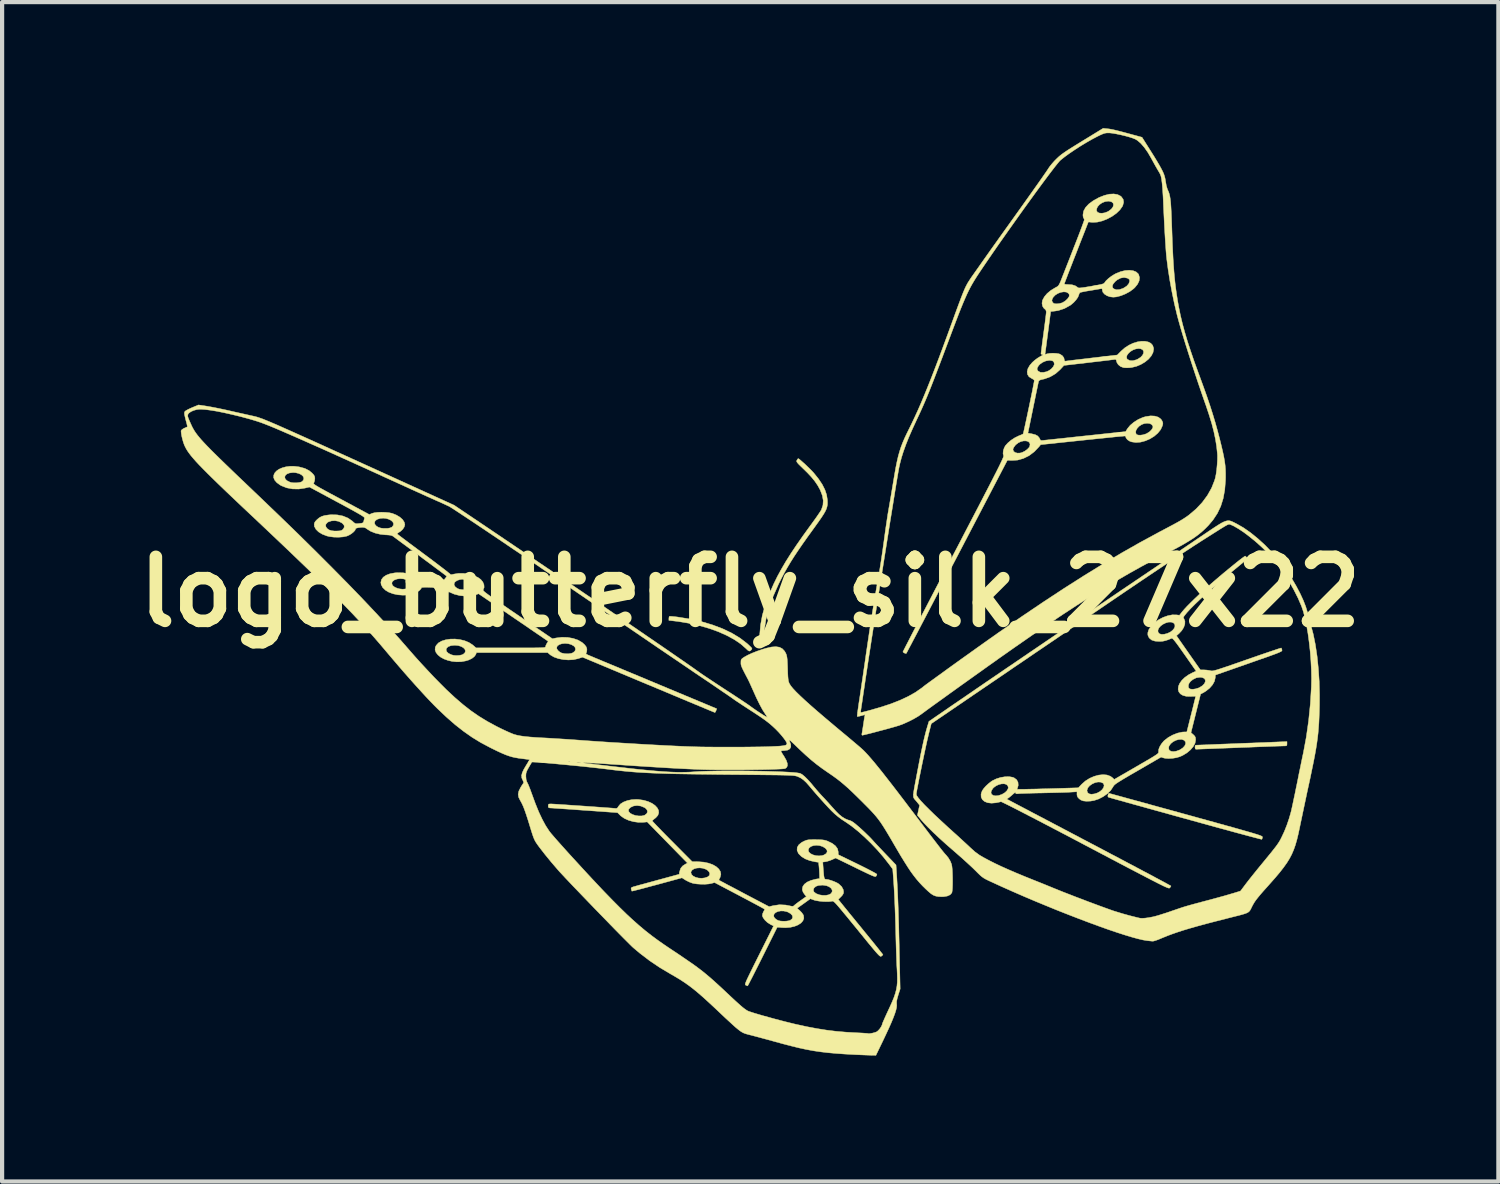
<source format=kicad_pcb>
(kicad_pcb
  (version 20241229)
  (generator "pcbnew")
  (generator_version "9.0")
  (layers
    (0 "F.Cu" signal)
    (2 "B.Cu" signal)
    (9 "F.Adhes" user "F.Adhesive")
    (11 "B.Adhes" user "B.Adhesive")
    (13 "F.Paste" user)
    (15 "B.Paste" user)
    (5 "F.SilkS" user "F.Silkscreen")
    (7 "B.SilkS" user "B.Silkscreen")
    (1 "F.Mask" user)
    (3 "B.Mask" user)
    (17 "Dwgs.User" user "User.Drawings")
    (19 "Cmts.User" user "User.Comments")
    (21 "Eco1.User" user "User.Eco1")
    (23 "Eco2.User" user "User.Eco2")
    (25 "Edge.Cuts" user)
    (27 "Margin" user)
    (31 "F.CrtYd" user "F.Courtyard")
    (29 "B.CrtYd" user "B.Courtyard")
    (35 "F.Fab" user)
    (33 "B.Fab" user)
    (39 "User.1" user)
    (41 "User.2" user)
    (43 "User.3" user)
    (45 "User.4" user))
  (footprint "logo_butterfly_silk_27x22"
    (layer "F.Cu")
    (at 14.812 11.042)
    (property "Reference" "logo_butterfly_silk_27x22" (at 0 0 0) (layer "F.SilkS") (effects (font (size 1.524 1.524) (thickness 0.3))))
    (attr through_hole)
    (fp_poly (pts (xy -1.861 0.584) (xy -1.799 0.59) (xy -1.738 0.597) (xy -1.442 0.644) (xy -1.162 0.707) (xy -0.9 0.785) (xy -0.657 0.877) (xy -0.438 0.982) (xy -0.243 1.1) (xy -0.075 1.229) (xy -0.041 1.26) (xy 0.005 1.304) (xy 0.032 1.332) (xy 0.041 1.351) (xy 0.036 1.366) (xy 0.024 1.381) (xy -0.002 1.404) (xy -0.025 1.409) (xy -0.054 1.393) (xy -0.095 1.355) (xy -0.103 1.347) (xy -0.229 1.237) (xy -0.382 1.133) (xy -0.561 1.036) (xy -0.761 0.947) (xy -0.98 0.869) (xy -1.215 0.801) (xy -1.462 0.746) (xy -1.718 0.704) (xy -1.774 0.697) (xy -1.937 0.678) (xy -1.937 0.633) (xy -1.933 0.599) (xy -1.925 0.582) (xy -1.905 0.581) (xy -1.861 0.584)) (stroke (width 0.01) (type solid)) (fill yes) (layer "F.SilkS"))
    (fp_poly (pts (xy 12.779 3.616) (xy 12.777 3.648) (xy 12.766 3.663) (xy 12.735 3.667) (xy 12.712 3.667) (xy 12.684 3.668) (xy 12.628 3.67) (xy 12.546 3.672) (xy 12.441 3.676) (xy 12.315 3.681) (xy 12.173 3.686) (xy 12.016 3.692) (xy 11.848 3.699) (xy 11.671 3.705) (xy 11.636 3.707) (xy 11.46 3.714) (xy 11.293 3.72) (xy 11.138 3.726) (xy 10.997 3.732) (xy 10.874 3.736) (xy 10.771 3.74) (xy 10.691 3.743) (xy 10.636 3.745) (xy 10.61 3.746) (xy 10.608 3.746) (xy 10.594 3.732) (xy 10.589 3.699) (xy 10.592 3.665) (xy 10.6 3.65) (xy 10.601 3.65) (xy 10.618 3.649) (xy 10.665 3.647) (xy 10.738 3.644) (xy 10.835 3.641) (xy 10.953 3.636) (xy 11.09 3.63) (xy 11.243 3.624) (xy 11.41 3.618) (xy 11.587 3.611) (xy 11.696 3.606) (xy 12.779 3.564) (xy 12.779 3.616)) (stroke (width 0.01) (type solid)) (fill yes) (layer "F.SilkS"))
    (fp_poly (pts (xy 8.555 4.799) (xy 8.6 4.811) (xy 8.672 4.831) (xy 8.768 4.857) (xy 8.888 4.89) (xy 9.029 4.929) (xy 9.19 4.973) (xy 9.367 5.021) (xy 9.56 5.075) (xy 9.767 5.132) (xy 9.985 5.192) (xy 10.214 5.255) (xy 10.374 5.299) (xy 10.649 5.375) (xy 10.894 5.443) (xy 11.112 5.503) (xy 11.305 5.557) (xy 11.473 5.603) (xy 11.618 5.644) (xy 11.743 5.68) (xy 11.849 5.71) (xy 11.936 5.735) (xy 12.008 5.757) (xy 12.065 5.774) (xy 12.109 5.789) (xy 12.142 5.801) (xy 12.166 5.811) (xy 12.181 5.819) (xy 12.19 5.826) (xy 12.194 5.832) (xy 12.195 5.838) (xy 12.195 5.843) (xy 12.187 5.876) (xy 12.179 5.891) (xy 12.162 5.888) (xy 12.117 5.877) (xy 12.045 5.858) (xy 11.949 5.833) (xy 11.829 5.801) (xy 11.688 5.763) (xy 11.528 5.72) (xy 11.351 5.671) (xy 11.158 5.619) (xy 10.952 5.562) (xy 10.734 5.502) (xy 10.506 5.439) (xy 10.358 5.398) (xy 10.125 5.334) (xy 9.901 5.271) (xy 9.686 5.212) (xy 9.484 5.156) (xy 9.296 5.103) (xy 9.124 5.056) (xy 8.97 5.013) (xy 8.836 4.975) (xy 8.723 4.944) (xy 8.634 4.919) (xy 8.571 4.901) (xy 8.535 4.891) (xy 8.528 4.889) (xy 8.514 4.869) (xy 8.517 4.838) (xy 8.528 4.806) (xy 8.539 4.795) (xy 8.555 4.799)) (stroke (width 0.01) (type solid)) (fill yes) (layer "F.SilkS"))
    (fp_poly (pts (xy 1.161 -3.164) (xy 1.197 -3.135) (xy 1.246 -3.092) (xy 1.303 -3.041) (xy 1.362 -2.984) (xy 1.42 -2.928) (xy 1.471 -2.876) (xy 1.51 -2.834) (xy 1.625 -2.691) (xy 1.714 -2.558) (xy 1.777 -2.433) (xy 1.818 -2.311) (xy 1.837 -2.189) (xy 1.837 -2.182) (xy 1.839 -2.126) (xy 1.837 -2.074) (xy 1.827 -2.023) (xy 1.81 -1.97) (xy 1.782 -1.911) (xy 1.742 -1.843) (xy 1.688 -1.761) (xy 1.619 -1.662) (xy 1.533 -1.542) (xy 1.512 -1.513) (xy 1.371 -1.318) (xy 1.248 -1.144) (xy 1.14 -0.987) (xy 1.044 -0.843) (xy 0.959 -0.708) (xy 0.882 -0.579) (xy 0.81 -0.451) (xy 0.742 -0.322) (xy 0.674 -0.186) (xy 0.667 -0.17) (xy 0.54 0.117) (xy 0.442 0.393) (xy 0.373 0.661) (xy 0.332 0.92) (xy 0.323 1.036) (xy 0.313 1.222) (xy 0.218 1.222) (xy 0.226 1.012) (xy 0.246 0.786) (xy 0.288 0.557) (xy 0.354 0.32) (xy 0.444 0.072) (xy 0.559 -0.19) (xy 0.563 -0.198) (xy 0.648 -0.371) (xy 0.743 -0.545) (xy 0.849 -0.726) (xy 0.969 -0.916) (xy 1.104 -1.118) (xy 1.257 -1.337) (xy 1.427 -1.572) (xy 1.494 -1.664) (xy 1.557 -1.751) (xy 1.611 -1.829) (xy 1.655 -1.894) (xy 1.685 -1.94) (xy 1.696 -1.961) (xy 1.731 -2.066) (xy 1.738 -2.175) (xy 1.717 -2.293) (xy 1.668 -2.421) (xy 1.66 -2.437) (xy 1.606 -2.535) (xy 1.541 -2.631) (xy 1.46 -2.731) (xy 1.359 -2.839) (xy 1.27 -2.926) (xy 1.203 -2.991) (xy 1.155 -3.038) (xy 1.125 -3.072) (xy 1.109 -3.095) (xy 1.104 -3.112) (xy 1.107 -3.127) (xy 1.112 -3.136) (xy 1.13 -3.164) (xy 1.142 -3.175) (xy 1.161 -3.164)) (stroke (width 0.01) (type solid)) (fill yes) (layer "F.SilkS"))
    (fp_poly (pts (xy 11.404 -1.695) (xy 11.441 -1.686) (xy 11.479 -1.671) (xy 11.522 -1.65) (xy 11.573 -1.624) (xy 11.581 -1.62) (xy 11.742 -1.528) (xy 11.911 -1.41) (xy 12.084 -1.27) (xy 12.257 -1.112) (xy 12.425 -0.938) (xy 12.585 -0.753) (xy 12.684 -0.627) (xy 12.796 -0.47) (xy 12.902 -0.304) (xy 13.001 -0.134) (xy 13.09 0.035) (xy 13.165 0.197) (xy 13.224 0.347) (xy 13.265 0.48) (xy 13.267 0.489) (xy 13.288 0.575) (xy 13.311 0.664) (xy 13.333 0.744) (xy 13.343 0.778) (xy 13.404 1.006) (xy 13.455 1.259) (xy 13.496 1.534) (xy 13.526 1.827) (xy 13.546 2.132) (xy 13.554 2.445) (xy 13.553 2.691) (xy 13.549 2.849) (xy 13.544 2.992) (xy 13.538 3.124) (xy 13.529 3.248) (xy 13.519 3.368) (xy 13.505 3.488) (xy 13.488 3.613) (xy 13.467 3.745) (xy 13.441 3.89) (xy 13.41 4.05) (xy 13.373 4.229) (xy 13.331 4.433) (xy 13.285 4.643) (xy 13.252 4.796) (xy 13.218 4.957) (xy 13.184 5.118) (xy 13.151 5.274) (xy 13.121 5.417) (xy 13.095 5.54) (xy 13.082 5.604) (xy 13.048 5.763) (xy 13.014 5.903) (xy 12.978 6.028) (xy 12.938 6.141) (xy 12.892 6.248) (xy 12.838 6.351) (xy 12.773 6.455) (xy 12.695 6.564) (xy 12.603 6.682) (xy 12.493 6.812) (xy 12.363 6.959) (xy 12.3 7.03) (xy 12.211 7.129) (xy 12.141 7.21) (xy 12.086 7.277) (xy 12.042 7.333) (xy 12.007 7.383) (xy 11.978 7.431) (xy 11.95 7.482) (xy 11.949 7.485) (xy 11.929 7.526) (xy 11.912 7.56) (xy 11.896 7.587) (xy 11.877 7.609) (xy 11.853 7.628) (xy 11.818 7.646) (xy 11.772 7.663) (xy 11.709 7.682) (xy 11.627 7.704) (xy 11.522 7.73) (xy 11.392 7.763) (xy 11.327 7.78) (xy 11.075 7.844) (xy 10.852 7.902) (xy 10.654 7.956) (xy 10.478 8.006) (xy 10.321 8.053) (xy 10.181 8.098) (xy 10.054 8.142) (xy 9.938 8.185) (xy 9.83 8.229) (xy 9.784 8.248) (xy 9.715 8.277) (xy 9.653 8.299) (xy 9.606 8.313) (xy 9.585 8.316) (xy 9.551 8.314) (xy 9.497 8.308) (xy 9.443 8.302) (xy 9.348 8.286) (xy 9.225 8.257) (xy 9.079 8.217) (xy 8.911 8.166) (xy 8.722 8.105) (xy 8.516 8.035) (xy 8.295 7.956) (xy 8.061 7.87) (xy 7.815 7.777) (xy 7.562 7.679) (xy 7.301 7.576) (xy 7.037 7.468) (xy 6.771 7.358) (xy 6.505 7.245) (xy 6.241 7.13) (xy 5.983 7.015) (xy 5.763 6.914) (xy 5.676 6.874) (xy 5.611 6.842) (xy 5.56 6.813) (xy 5.516 6.782) (xy 5.473 6.745) (xy 5.421 6.695) (xy 5.363 6.637) (xy 5.303 6.578) (xy 5.225 6.505) (xy 5.133 6.421) (xy 5.034 6.331) (xy 4.932 6.242) (xy 4.855 6.175) (xy 4.668 6.012) (xy 4.501 5.861) (xy 4.354 5.723) (xy 4.229 5.6) (xy 4.128 5.494) (xy 4.068 5.425) (xy 3.98 5.317) (xy 4.006 5.198) (xy 4.032 5.078) (xy 3.952 4.98) (xy 3.93 4.955) (xy 3.913 4.935) (xy 3.899 4.916) (xy 3.889 4.896) (xy 3.884 4.871) (xy 3.883 4.838) (xy 3.885 4.819) (xy 3.953 4.819) (xy 3.965 4.852) (xy 4.002 4.905) (xy 4.062 4.977) (xy 4.146 5.067) (xy 4.254 5.175) (xy 4.383 5.301) (xy 4.535 5.443) (xy 4.708 5.603) (xy 4.85 5.731) (xy 4.937 5.809) (xy 5.026 5.891) (xy 5.112 5.97) (xy 5.188 6.04) (xy 5.246 6.095) (xy 5.248 6.097) (xy 5.353 6.191) (xy 5.457 6.266) (xy 5.541 6.316) (xy 5.679 6.39) (xy 5.823 6.463) (xy 5.977 6.536) (xy 6.145 6.611) (xy 6.331 6.691) (xy 6.54 6.778) (xy 6.739 6.858) (xy 6.847 6.901) (xy 6.962 6.947) (xy 7.075 6.993) (xy 7.175 7.034) (xy 7.231 7.057) (xy 7.337 7.1) (xy 7.462 7.15) (xy 7.602 7.204) (xy 7.75 7.262) (xy 7.904 7.32) (xy 8.057 7.379) (xy 8.206 7.434) (xy 8.346 7.486) (xy 8.473 7.532) (xy 8.581 7.571) (xy 8.665 7.6) (xy 8.692 7.608) (xy 8.858 7.659) (xy 9.03 7.707) (xy 9.218 7.754) (xy 9.279 7.768) (xy 9.327 7.771) (xy 9.399 7.767) (xy 9.489 7.755) (xy 9.588 7.736) (xy 9.641 7.723) (xy 9.716 7.702) (xy 9.807 7.673) (xy 9.908 7.641) (xy 10.012 7.606) (xy 10.025 7.601) (xy 10.113 7.571) (xy 10.189 7.545) (xy 10.257 7.522) (xy 10.322 7.501) (xy 10.389 7.481) (xy 10.462 7.46) (xy 10.545 7.437) (xy 10.645 7.41) (xy 10.764 7.378) (xy 10.908 7.34) (xy 10.954 7.328) (xy 11.068 7.297) (xy 11.185 7.265) (xy 11.298 7.234) (xy 11.397 7.205) (xy 11.475 7.182) (xy 11.483 7.18) (xy 11.672 7.122) (xy 11.792 6.962) (xy 11.838 6.902) (xy 11.899 6.824) (xy 11.971 6.734) (xy 12.049 6.637) (xy 12.127 6.541) (xy 12.16 6.501) (xy 12.262 6.377) (xy 12.346 6.274) (xy 12.414 6.191) (xy 12.468 6.122) (xy 12.512 6.066) (xy 12.546 6.02) (xy 12.573 5.98) (xy 12.596 5.944) (xy 12.617 5.908) (xy 12.637 5.87) (xy 12.651 5.842) (xy 12.715 5.706) (xy 12.777 5.55) (xy 12.832 5.388) (xy 12.874 5.24) (xy 12.885 5.194) (xy 12.901 5.122) (xy 12.921 5.029) (xy 12.944 4.919) (xy 12.97 4.798) (xy 12.996 4.669) (xy 13.01 4.603) (xy 13.038 4.465) (xy 13.066 4.323) (xy 13.095 4.185) (xy 13.121 4.057) (xy 13.144 3.945) (xy 13.163 3.856) (xy 13.168 3.834) (xy 13.238 3.459) (xy 13.294 3.066) (xy 13.335 2.662) (xy 13.359 2.262) (xy 13.363 2.065) (xy 13.359 1.855) (xy 13.348 1.639) (xy 13.331 1.42) (xy 13.307 1.204) (xy 13.279 0.996) (xy 13.245 0.8) (xy 13.208 0.621) (xy 13.167 0.465) (xy 13.125 0.341) (xy 13.041 0.146) (xy 12.937 -0.06) (xy 12.819 -0.268) (xy 12.691 -0.469) (xy 12.558 -0.654) (xy 12.505 -0.722) (xy 12.401 -0.843) (xy 12.282 -0.967) (xy 12.153 -1.09) (xy 12.019 -1.209) (xy 11.883 -1.319) (xy 11.751 -1.419) (xy 11.626 -1.502) (xy 11.514 -1.567) (xy 11.454 -1.594) (xy 11.434 -1.603) (xy 11.418 -1.609) (xy 11.401 -1.61) (xy 11.38 -1.606) (xy 11.352 -1.593) (xy 11.312 -1.571) (xy 11.257 -1.538) (xy 11.184 -1.493) (xy 11.088 -1.432) (xy 11.053 -1.41) (xy 10.884 -1.303) (xy 10.711 -1.193) (xy 10.531 -1.077) (xy 10.344 -0.954) (xy 10.146 -0.825) (xy 9.937 -0.686) (xy 9.713 -0.537) (xy 9.475 -0.377) (xy 9.218 -0.204) (xy 8.943 -0.018) (xy 8.646 0.184) (xy 8.326 0.402) (xy 8.144 0.526) (xy 7.971 0.644) (xy 7.783 0.772) (xy 7.584 0.908) (xy 7.382 1.046) (xy 7.181 1.183) (xy 6.988 1.314) (xy 6.808 1.436) (xy 6.648 1.545) (xy 6.628 1.559) (xy 6.471 1.666) (xy 6.293 1.786) (xy 6.102 1.917) (xy 5.902 2.053) (xy 5.699 2.191) (xy 5.499 2.327) (xy 5.309 2.456) (xy 5.134 2.576) (xy 5.112 2.591) (xy 4.31 3.137) (xy 4.25 3.374) (xy 4.235 3.438) (xy 4.215 3.523) (xy 4.192 3.626) (xy 4.167 3.742) (xy 4.14 3.869) (xy 4.112 4.002) (xy 4.084 4.136) (xy 4.057 4.269) (xy 4.031 4.397) (xy 4.008 4.514) (xy 3.988 4.618) (xy 3.971 4.705) (xy 3.96 4.77) (xy 3.954 4.81) (xy 3.953 4.819) (xy 3.885 4.819) (xy 3.886 4.794) (xy 3.895 4.736) (xy 3.908 4.659) (xy 3.926 4.562) (xy 3.949 4.441) (xy 3.977 4.292) (xy 3.984 4.255) (xy 4.026 4.037) (xy 4.063 3.849) (xy 4.098 3.685) (xy 4.129 3.542) (xy 4.159 3.418) (xy 4.187 3.31) (xy 4.215 3.213) (xy 4.254 3.084) (xy 4.457 2.944) (xy 4.6 2.846) (xy 4.766 2.731) (xy 4.954 2.603) (xy 5.16 2.462) (xy 5.381 2.31) (xy 5.615 2.15) (xy 5.86 1.983) (xy 6.112 1.811) (xy 6.37 1.636) (xy 6.629 1.459) (xy 6.771 1.363) (xy 6.912 1.267) (xy 7.053 1.171) (xy 7.197 1.073) (xy 7.344 0.973) (xy 7.497 0.87) (xy 7.656 0.762) (xy 7.823 0.648) (xy 8 0.529) (xy 8.188 0.401) (xy 8.388 0.266) (xy 8.603 0.12) (xy 8.833 -0.036) (xy 9.081 -0.203) (xy 9.347 -0.383) (xy 9.633 -0.576) (xy 9.94 -0.784) (xy 10.271 -1.008) (xy 10.626 -1.248) (xy 10.691 -1.292) (xy 10.839 -1.392) (xy 10.962 -1.475) (xy 11.066 -1.544) (xy 11.15 -1.598) (xy 11.22 -1.64) (xy 11.278 -1.669) (xy 11.326 -1.687) (xy 11.367 -1.695) (xy 11.404 -1.695)) (stroke (width 0.01) (type solid)) (fill yes) (layer "F.SilkS"))
    (fp_poly (pts (xy -2.657 4.943) (xy -2.536 4.961) (xy -2.43 4.992) (xy -2.339 5.034) (xy -2.267 5.084) (xy -2.215 5.14) (xy -2.184 5.199) (xy -2.179 5.26) (xy -2.199 5.32) (xy -2.248 5.376) (xy -2.265 5.389) (xy -2.303 5.419) (xy -2.328 5.443) (xy -2.333 5.451) (xy -2.322 5.465) (xy -2.291 5.499) (xy -2.243 5.55) (xy -2.178 5.617) (xy -2.101 5.697) (xy -2.013 5.787) (xy -1.916 5.885) (xy -1.858 5.943) (xy -1.383 6.422) (xy -1.235 6.424) (xy -1.107 6.434) (xy -0.993 6.458) (xy -0.893 6.494) (xy -0.811 6.541) (xy -0.75 6.596) (xy -0.711 6.657) (xy -0.699 6.723) (xy -0.715 6.791) (xy -0.725 6.811) (xy -0.742 6.844) (xy -0.746 6.862) (xy -0.745 6.863) (xy -0.73 6.871) (xy -0.69 6.893) (xy -0.627 6.926) (xy -0.546 6.97) (xy -0.448 7.021) (xy -0.336 7.08) (xy -0.214 7.145) (xy -0.145 7.182) (xy 0.449 7.494) (xy 0.547 7.47) (xy 0.694 7.448) (xy 0.844 7.455) (xy 0.919 7.47) (xy 0.976 7.482) (xy 1.01 7.485) (xy 1.029 7.48) (xy 1.038 7.472) (xy 1.058 7.454) (xy 1.097 7.423) (xy 1.15 7.383) (xy 1.196 7.351) (xy 1.336 7.251) (xy 1.305 7.217) (xy 1.257 7.148) (xy 1.244 7.1) (xy 1.501 7.1) (xy 1.517 7.142) (xy 1.565 7.18) (xy 1.576 7.186) (xy 1.646 7.212) (xy 1.726 7.225) (xy 1.805 7.224) (xy 1.873 7.21) (xy 1.921 7.184) (xy 1.949 7.142) (xy 1.95 7.099) (xy 1.927 7.058) (xy 1.883 7.023) (xy 1.821 6.996) (xy 1.747 6.983) (xy 1.716 6.981) (xy 1.629 6.988) (xy 1.566 7.009) (xy 1.522 7.045) (xy 1.516 7.055) (xy 1.501 7.1) (xy 1.244 7.1) (xy 1.239 7.08) (xy 1.25 7.017) (xy 1.289 6.959) (xy 1.355 6.909) (xy 1.445 6.869) (xy 1.56 6.839) (xy 1.591 6.834) (xy 1.651 6.825) (xy 1.649 6.734) (xy 1.646 6.666) (xy 1.641 6.588) (xy 1.637 6.541) (xy 1.627 6.438) (xy 1.544 6.426) (xy 1.419 6.398) (xy 1.309 6.356) (xy 1.219 6.3) (xy 1.153 6.234) (xy 1.142 6.217) (xy 1.116 6.15) (xy 1.381 6.15) (xy 1.396 6.194) (xy 1.435 6.231) (xy 1.493 6.26) (xy 1.562 6.279) (xy 1.637 6.285) (xy 1.71 6.278) (xy 1.753 6.264) (xy 1.807 6.231) (xy 1.831 6.191) (xy 1.826 6.148) (xy 1.792 6.105) (xy 1.731 6.066) (xy 1.725 6.063) (xy 1.65 6.039) (xy 1.575 6.032) (xy 1.504 6.04) (xy 1.444 6.062) (xy 1.401 6.096) (xy 1.382 6.141) (xy 1.381 6.15) (xy 1.116 6.15) (xy 1.115 6.149) (xy 1.119 6.084) (xy 1.154 6.023) (xy 1.218 5.969) (xy 1.265 5.943) (xy 1.306 5.924) (xy 1.341 5.911) (xy 1.38 5.903) (xy 1.429 5.899) (xy 1.496 5.898) (xy 1.556 5.898) (xy 1.646 5.9) (xy 1.713 5.903) (xy 1.764 5.91) (xy 1.809 5.922) (xy 1.842 5.934) (xy 1.951 5.987) (xy 2.029 6.047) (xy 2.078 6.115) (xy 2.095 6.19) (xy 2.095 6.196) (xy 2.095 6.256) (xy 2.556 6.48) (xy 2.667 6.535) (xy 2.769 6.586) (xy 2.858 6.632) (xy 2.93 6.67) (xy 2.982 6.699) (xy 3.011 6.718) (xy 3.016 6.723) (xy 3.008 6.749) (xy 2.996 6.768) (xy 2.989 6.775) (xy 2.977 6.777) (xy 2.957 6.774) (xy 2.927 6.764) (xy 2.883 6.746) (xy 2.823 6.719) (xy 2.743 6.681) (xy 2.641 6.632) (xy 2.514 6.57) (xy 2.505 6.565) (xy 2.033 6.335) (xy 1.949 6.374) (xy 1.888 6.398) (xy 1.826 6.417) (xy 1.796 6.423) (xy 1.727 6.433) (xy 1.737 6.578) (xy 1.745 6.676) (xy 1.751 6.746) (xy 1.758 6.793) (xy 1.767 6.822) (xy 1.778 6.837) (xy 1.793 6.842) (xy 1.802 6.842) (xy 1.855 6.849) (xy 1.924 6.869) (xy 1.998 6.896) (xy 2.066 6.927) (xy 2.108 6.953) (xy 2.176 7.017) (xy 2.214 7.088) (xy 2.223 7.145) (xy 2.215 7.186) (xy 2.188 7.228) (xy 2.159 7.259) (xy 2.095 7.322) (xy 2.212 7.467) (xy 2.248 7.512) (xy 2.302 7.578) (xy 2.369 7.661) (xy 2.448 7.757) (xy 2.535 7.864) (xy 2.628 7.977) (xy 2.722 8.093) (xy 2.744 8.12) (xy 2.833 8.229) (xy 2.916 8.331) (xy 2.99 8.423) (xy 3.053 8.501) (xy 3.103 8.565) (xy 3.139 8.61) (xy 3.157 8.634) (xy 3.159 8.638) (xy 3.147 8.653) (xy 3.123 8.672) (xy 3.115 8.677) (xy 3.106 8.678) (xy 3.094 8.675) (xy 3.079 8.664) (xy 3.058 8.645) (xy 3.03 8.616) (xy 2.992 8.574) (xy 2.944 8.517) (xy 2.884 8.445) (xy 2.809 8.355) (xy 2.719 8.244) (xy 2.612 8.113) (xy 2.54 8.024) (xy 2.42 7.878) (xy 2.32 7.755) (xy 2.235 7.653) (xy 2.166 7.569) (xy 2.11 7.503) (xy 2.066 7.452) (xy 2.032 7.415) (xy 2.006 7.389) (xy 1.986 7.373) (xy 1.972 7.365) (xy 1.96 7.362) (xy 1.953 7.363) (xy 1.894 7.372) (xy 1.816 7.374) (xy 1.727 7.371) (xy 1.64 7.362) (xy 1.564 7.349) (xy 1.522 7.338) (xy 1.432 7.305) (xy 1.274 7.419) (xy 1.115 7.532) (xy 1.183 7.592) (xy 1.226 7.636) (xy 1.259 7.684) (xy 1.27 7.708) (xy 1.276 7.771) (xy 1.254 7.83) (xy 1.208 7.883) (xy 1.139 7.928) (xy 1.053 7.963) (xy 0.953 7.986) (xy 0.841 7.995) (xy 0.754 7.992) (xy 0.643 7.982) (xy 0.294 8.682) (xy 0.225 8.82) (xy 0.16 8.949) (xy 0.101 9.066) (xy 0.049 9.169) (xy 0.005 9.254) (xy -0.029 9.32) (xy -0.052 9.363) (xy -0.063 9.381) (xy -0.063 9.381) (xy -0.082 9.374) (xy -0.106 9.363) (xy -0.114 9.359) (xy -0.118 9.351) (xy -0.119 9.339) (xy -0.115 9.32) (xy -0.104 9.29) (xy -0.087 9.249) (xy -0.061 9.193) (xy -0.026 9.12) (xy 0.019 9.028) (xy 0.075 8.914) (xy 0.144 8.776) (xy 0.207 8.65) (xy 0.555 7.954) (xy 0.479 7.915) (xy 0.41 7.871) (xy 0.351 7.816) (xy 0.308 7.758) (xy 0.291 7.72) (xy 0.292 7.7) (xy 0.557 7.7) (xy 0.565 7.741) (xy 0.591 7.775) (xy 0.632 7.806) (xy 0.667 7.824) (xy 0.717 7.836) (xy 0.784 7.841) (xy 0.855 7.839) (xy 0.917 7.83) (xy 0.952 7.819) (xy 0.996 7.784) (xy 1.011 7.744) (xy 0.999 7.701) (xy 0.961 7.66) (xy 0.899 7.624) (xy 0.872 7.614) (xy 0.797 7.597) (xy 0.726 7.596) (xy 0.662 7.608) (xy 0.61 7.631) (xy 0.574 7.662) (xy 0.557 7.7) (xy 0.292 7.7) (xy 0.292 7.669) (xy 0.314 7.617) (xy 0.347 7.556) (xy 0.281 7.519) (xy 0.252 7.503) (xy 0.198 7.474) (xy 0.124 7.434) (xy 0.032 7.385) (xy -0.073 7.329) (xy -0.189 7.268) (xy -0.311 7.203) (xy -0.317 7.2) (xy -0.849 6.92) (xy -0.921 6.94) (xy -0.99 6.953) (xy -1.079 6.96) (xy -1.177 6.959) (xy -1.272 6.953) (xy -1.354 6.94) (xy -1.381 6.933) (xy -1.448 6.908) (xy -1.518 6.874) (xy -1.547 6.857) (xy -1.625 6.807) (xy -2.219 6.969) (xy -2.351 7.004) (xy -2.473 7.037) (xy -2.581 7.066) (xy -2.673 7.09) (xy -2.745 7.108) (xy -2.794 7.12) (xy -2.817 7.125) (xy -2.818 7.125) (xy -2.825 7.107) (xy -2.834 7.078) (xy -2.837 7.06) (xy -2.833 7.046) (xy -2.815 7.033) (xy -2.78 7.02) (xy -2.721 7.004) (xy -2.688 6.994) (xy -2.63 6.978) (xy -2.547 6.956) (xy -2.445 6.928) (xy -2.332 6.897) (xy -2.212 6.864) (xy -2.112 6.837) (xy -1.691 6.722) (xy -1.685 6.682) (xy -1.413 6.682) (xy -1.398 6.728) (xy -1.359 6.766) (xy -1.301 6.795) (xy -1.231 6.813) (xy -1.155 6.818) (xy -1.079 6.808) (xy -1.013 6.785) (xy -0.974 6.752) (xy -0.962 6.711) (xy -0.978 6.667) (xy -1.018 6.626) (xy -1.055 6.604) (xy -1.127 6.579) (xy -1.202 6.57) (xy -1.274 6.575) (xy -1.337 6.593) (xy -1.384 6.623) (xy -1.41 6.662) (xy -1.413 6.682) (xy -1.685 6.682) (xy -1.68 6.653) (xy -1.656 6.581) (xy -1.61 6.525) (xy -1.548 6.484) (xy -1.495 6.455) (xy -1.974 5.966) (xy -2.453 5.476) (xy -2.54 5.485) (xy -2.657 5.487) (xy -2.777 5.471) (xy -2.893 5.439) (xy -2.996 5.393) (xy -3.078 5.336) (xy -3.09 5.325) (xy -3.159 5.256) (xy -3.825 5.208) (xy -2.9 5.208) (xy -2.892 5.231) (xy -2.859 5.269) (xy -2.803 5.3) (xy -2.733 5.323) (xy -2.657 5.334) (xy -2.583 5.334) (xy -2.521 5.319) (xy -2.51 5.314) (xy -2.463 5.277) (xy -2.446 5.234) (xy -2.458 5.189) (xy -2.498 5.146) (xy -2.52 5.133) (xy -2.606 5.098) (xy -2.693 5.086) (xy -2.776 5.096) (xy -2.845 5.127) (xy -2.873 5.151) (xy -2.897 5.182) (xy -2.9 5.208) (xy -3.825 5.208) (xy -3.949 5.2) (xy -4.105 5.189) (xy -4.252 5.178) (xy -4.388 5.169) (xy -4.508 5.161) (xy -4.61 5.154) (xy -4.69 5.148) (xy -4.745 5.145) (xy -4.773 5.144) (xy -4.774 5.143) (xy -4.8 5.137) (xy -4.809 5.113) (xy -4.81 5.096) (xy -4.807 5.065) (xy -4.793 5.051) (xy -4.757 5.048) (xy -4.75 5.048) (xy -4.722 5.049) (xy -4.666 5.052) (xy -4.587 5.057) (xy -4.488 5.064) (xy -4.373 5.071) (xy -4.247 5.08) (xy -4.114 5.089) (xy -3.977 5.098) (xy -3.841 5.108) (xy -3.709 5.117) (xy -3.586 5.126) (xy -3.476 5.134) (xy -3.382 5.141) (xy -3.309 5.146) (xy -3.261 5.15) (xy -3.254 5.151) (xy -3.204 5.155) (xy -3.175 5.152) (xy -3.156 5.137) (xy -3.138 5.107) (xy -3.138 5.106) (xy -3.091 5.05) (xy -3.019 5.004) (xy -2.928 4.969) (xy -2.824 4.947) (xy -2.711 4.94) (xy -2.657 4.943)) (stroke (width 0.01) (type solid)) (fill yes) (layer "F.SilkS"))
    (fp_poly (pts (xy 11.805 -0.836) (xy 11.821 -0.817) (xy 11.826 -0.805) (xy 11.823 -0.791) (xy 11.811 -0.773) (xy 11.786 -0.747) (xy 11.746 -0.711) (xy 11.686 -0.661) (xy 11.606 -0.595) (xy 11.584 -0.577) (xy 11.384 -0.413) (xy 11.195 -0.254) (xy 11.019 -0.101) (xy 10.856 0.043) (xy 10.711 0.176) (xy 10.584 0.297) (xy 10.478 0.404) (xy 10.395 0.494) (xy 10.38 0.513) (xy 10.341 0.561) (xy 10.32 0.591) (xy 10.314 0.612) (xy 10.32 0.63) (xy 10.327 0.64) (xy 10.349 0.698) (xy 10.347 0.768) (xy 10.321 0.844) (xy 10.274 0.92) (xy 10.207 0.992) (xy 10.204 0.994) (xy 10.148 1.044) (xy 10.432 1.451) (xy 10.717 1.857) (xy 10.806 1.857) (xy 10.869 1.861) (xy 10.931 1.87) (xy 10.956 1.876) (xy 10.97 1.879) (xy 10.986 1.881) (xy 11.006 1.88) (xy 11.033 1.876) (xy 11.069 1.867) (xy 11.116 1.854) (xy 11.178 1.834) (xy 11.257 1.808) (xy 11.355 1.775) (xy 11.475 1.734) (xy 11.619 1.684) (xy 11.79 1.624) (xy 11.827 1.611) (xy 11.98 1.558) (xy 12.123 1.508) (xy 12.255 1.463) (xy 12.372 1.423) (xy 12.472 1.39) (xy 12.551 1.363) (xy 12.608 1.345) (xy 12.638 1.336) (xy 12.643 1.335) (xy 12.652 1.354) (xy 12.66 1.381) (xy 12.661 1.39) (xy 12.66 1.398) (xy 12.654 1.407) (xy 12.639 1.418) (xy 12.615 1.43) (xy 12.579 1.446) (xy 12.528 1.467) (xy 12.46 1.492) (xy 12.372 1.524) (xy 12.263 1.563) (xy 12.13 1.609) (xy 11.971 1.665) (xy 11.872 1.7) (xy 11.075 1.979) (xy 11.071 2.045) (xy 11.052 2.128) (xy 11.006 2.212) (xy 10.937 2.291) (xy 10.848 2.362) (xy 10.79 2.398) (xy 10.722 2.433) (xy 10.493 3.351) (xy 10.549 3.399) (xy 10.584 3.435) (xy 10.6 3.469) (xy 10.604 3.517) (xy 10.604 3.523) (xy 10.59 3.602) (xy 10.547 3.682) (xy 10.481 3.76) (xy 10.396 3.832) (xy 10.295 3.893) (xy 10.227 3.923) (xy 10.146 3.947) (xy 10.054 3.962) (xy 9.962 3.967) (xy 9.881 3.962) (xy 9.841 3.953) (xy 9.781 3.933) (xy 9.224 4.256) (xy 9.085 4.336) (xy 8.971 4.403) (xy 8.88 4.457) (xy 8.808 4.501) (xy 8.752 4.536) (xy 8.712 4.563) (xy 8.682 4.586) (xy 8.662 4.605) (xy 8.649 4.622) (xy 8.638 4.639) (xy 8.635 4.645) (xy 8.58 4.728) (xy 8.5 4.806) (xy 8.403 4.874) (xy 8.295 4.93) (xy 8.184 4.967) (xy 8.097 4.981) (xy 8.001 4.984) (xy 7.928 4.976) (xy 7.872 4.955) (xy 7.828 4.922) (xy 7.792 4.881) (xy 7.779 4.835) (xy 7.779 4.818) (xy 7.779 4.758) (xy 7.608 4.768) (xy 7.548 4.771) (xy 7.462 4.774) (xy 7.355 4.777) (xy 7.235 4.78) (xy 7.106 4.783) (xy 6.974 4.786) (xy 6.945 4.787) (xy 6.82 4.789) (xy 6.702 4.792) (xy 6.596 4.795) (xy 6.506 4.798) (xy 6.438 4.8) (xy 6.394 4.803) (xy 6.386 4.804) (xy 6.343 4.807) (xy 6.323 4.801) (xy 6.318 4.785) (xy 6.312 4.775) (xy 6.291 4.786) (xy 6.251 4.819) (xy 6.251 4.82) (xy 6.206 4.859) (xy 6.164 4.893) (xy 6.145 4.907) (xy 6.106 4.932) (xy 6.216 4.99) (xy 6.244 5.005) (xy 6.297 5.033) (xy 6.376 5.075) (xy 6.477 5.128) (xy 6.599 5.192) (xy 6.74 5.267) (xy 6.899 5.35) (xy 7.074 5.442) (xy 7.262 5.541) (xy 7.463 5.647) (xy 7.673 5.758) (xy 7.893 5.874) (xy 8.119 5.993) (xy 8.172 6.02) (xy 8.397 6.139) (xy 8.614 6.254) (xy 8.822 6.363) (xy 9.019 6.468) (xy 9.203 6.565) (xy 9.372 6.655) (xy 9.526 6.736) (xy 9.661 6.809) (xy 9.778 6.871) (xy 9.873 6.922) (xy 9.945 6.962) (xy 9.993 6.988) (xy 10.016 7.001) (xy 10.017 7.002) (xy 10.008 7.021) (xy 9.989 7.045) (xy 9.985 7.049) (xy 9.979 7.052) (xy 9.971 7.053) (xy 9.958 7.051) (xy 9.94 7.045) (xy 9.915 7.036) (xy 9.882 7.021) (xy 9.839 7.002) (xy 9.785 6.975) (xy 9.718 6.942) (xy 9.638 6.901) (xy 9.542 6.852) (xy 9.43 6.794) (xy 9.299 6.726) (xy 9.15 6.648) (xy 8.979 6.559) (xy 8.787 6.458) (xy 8.571 6.344) (xy 8.33 6.217) (xy 8.063 6.076) (xy 7.977 6.031) (xy 7.714 5.892) (xy 7.464 5.761) (xy 7.229 5.638) (xy 7.011 5.524) (xy 6.81 5.419) (xy 6.628 5.325) (xy 6.465 5.241) (xy 6.323 5.168) (xy 6.204 5.107) (xy 6.107 5.059) (xy 6.035 5.024) (xy 5.989 5.002) (xy 5.969 4.994) (xy 5.969 4.994) (xy 5.941 5.002) (xy 5.894 5.012) (xy 5.85 5.021) (xy 5.743 5.03) (xy 5.652 5.019) (xy 5.579 4.99) (xy 5.527 4.945) (xy 5.498 4.887) (xy 5.495 4.817) (xy 5.505 4.786) (xy 5.732 4.786) (xy 5.75 4.822) (xy 5.788 4.847) (xy 5.843 4.856) (xy 5.911 4.849) (xy 5.989 4.822) (xy 5.994 4.82) (xy 6.065 4.778) (xy 6.114 4.73) (xy 8.017 4.73) (xy 8.03 4.777) (xy 8.066 4.807) (xy 8.122 4.818) (xy 8.194 4.809) (xy 8.263 4.787) (xy 8.329 4.751) (xy 8.38 4.706) (xy 8.413 4.657) (xy 8.425 4.609) (xy 8.412 4.568) (xy 8.398 4.553) (xy 8.345 4.529) (xy 8.28 4.526) (xy 8.209 4.541) (xy 8.141 4.572) (xy 8.081 4.614) (xy 8.038 4.664) (xy 8.018 4.719) (xy 8.017 4.73) (xy 6.114 4.73) (xy 6.116 4.728) (xy 6.141 4.677) (xy 6.144 4.658) (xy 6.131 4.613) (xy 6.097 4.583) (xy 6.046 4.569) (xy 5.985 4.57) (xy 5.919 4.586) (xy 5.854 4.616) (xy 5.795 4.659) (xy 5.773 4.684) (xy 5.739 4.739) (xy 5.732 4.786) (xy 5.505 4.786) (xy 5.52 4.739) (xy 5.523 4.734) (xy 5.558 4.682) (xy 5.611 4.622) (xy 5.675 4.563) (xy 5.74 4.512) (xy 5.763 4.497) (xy 5.857 4.451) (xy 5.961 4.418) (xy 6.066 4.401) (xy 6.166 4.399) (xy 6.251 4.414) (xy 6.284 4.428) (xy 6.343 4.473) (xy 6.375 4.534) (xy 6.38 4.606) (xy 6.366 4.658) (xy 6.351 4.699) (xy 6.481 4.699) (xy 6.527 4.699) (xy 6.601 4.697) (xy 6.697 4.695) (xy 6.811 4.693) (xy 6.938 4.689) (xy 7.075 4.686) (xy 7.212 4.682) (xy 7.812 4.664) (xy 7.891 4.58) (xy 7.979 4.502) (xy 8.079 4.439) (xy 8.186 4.392) (xy 8.293 4.362) (xy 8.397 4.351) (xy 8.493 4.359) (xy 8.574 4.389) (xy 8.622 4.423) (xy 8.666 4.465) (xy 9.198 4.157) (xy 9.332 4.079) (xy 9.442 4.015) (xy 9.53 3.964) (xy 9.597 3.923) (xy 9.647 3.891) (xy 9.682 3.867) (xy 9.704 3.849) (xy 9.716 3.835) (xy 9.721 3.823) (xy 9.721 3.812) (xy 9.721 3.808) (xy 9.723 3.755) (xy 9.732 3.73) (xy 9.96 3.73) (xy 9.977 3.769) (xy 10.016 3.794) (xy 10.071 3.802) (xy 10.138 3.794) (xy 10.213 3.767) (xy 10.229 3.76) (xy 10.296 3.716) (xy 10.342 3.668) (xy 10.365 3.619) (xy 10.363 3.573) (xy 10.334 3.535) (xy 10.331 3.533) (xy 10.276 3.512) (xy 10.208 3.513) (xy 10.136 3.532) (xy 10.067 3.567) (xy 10.01 3.614) (xy 9.971 3.671) (xy 9.968 3.679) (xy 9.96 3.73) (xy 9.732 3.73) (xy 9.747 3.69) (xy 9.788 3.621) (xy 9.841 3.556) (xy 9.857 3.54) (xy 9.949 3.468) (xy 10.056 3.408) (xy 10.17 3.363) (xy 10.28 3.338) (xy 10.337 3.334) (xy 10.394 3.334) (xy 10.499 2.913) (xy 10.527 2.803) (xy 10.552 2.703) (xy 10.573 2.617) (xy 10.59 2.55) (xy 10.6 2.505) (xy 10.604 2.487) (xy 10.604 2.487) (xy 10.59 2.485) (xy 10.552 2.486) (xy 10.497 2.488) (xy 10.488 2.489) (xy 10.382 2.486) (xy 10.3 2.464) (xy 10.24 2.427) (xy 10.202 2.377) (xy 10.187 2.317) (xy 10.195 2.249) (xy 10.201 2.233) (xy 10.429 2.233) (xy 10.436 2.279) (xy 10.449 2.299) (xy 10.485 2.315) (xy 10.54 2.318) (xy 10.605 2.308) (xy 10.673 2.287) (xy 10.697 2.276) (xy 10.766 2.233) (xy 10.812 2.185) (xy 10.834 2.137) (xy 10.833 2.093) (xy 10.807 2.059) (xy 10.758 2.037) (xy 10.707 2.032) (xy 10.62 2.045) (xy 10.539 2.085) (xy 10.481 2.132) (xy 10.445 2.181) (xy 10.429 2.233) (xy 10.201 2.233) (xy 10.224 2.178) (xy 10.275 2.106) (xy 10.347 2.036) (xy 10.441 1.97) (xy 10.527 1.925) (xy 10.616 1.885) (xy 10.339 1.489) (xy 10.257 1.373) (xy 10.191 1.28) (xy 10.139 1.21) (xy 10.099 1.159) (xy 10.07 1.126) (xy 10.05 1.109) (xy 10.038 1.104) (xy 10.035 1.104) (xy 9.95 1.139) (xy 9.883 1.161) (xy 9.824 1.174) (xy 9.764 1.179) (xy 9.739 1.179) (xy 9.637 1.172) (xy 9.559 1.147) (xy 9.504 1.102) (xy 9.489 1.081) (xy 9.466 1.027) (xy 9.466 0.972) (xy 9.486 0.908) (xy 9.707 0.908) (xy 9.709 0.956) (xy 9.736 0.993) (xy 9.785 1.011) (xy 9.853 1.009) (xy 9.928 0.99) (xy 10 0.957) (xy 10.056 0.914) (xy 10.095 0.866) (xy 10.112 0.817) (xy 10.106 0.772) (xy 10.077 0.739) (xy 10.024 0.719) (xy 9.962 0.719) (xy 9.895 0.737) (xy 9.83 0.768) (xy 9.773 0.809) (xy 9.73 0.857) (xy 9.707 0.908) (xy 9.486 0.908) (xy 9.487 0.905) (xy 9.492 0.894) (xy 9.545 0.811) (xy 9.623 0.734) (xy 9.719 0.665) (xy 9.827 0.608) (xy 9.939 0.568) (xy 10.049 0.546) (xy 10.146 0.547) (xy 10.219 0.556) (xy 10.286 0.47) (xy 10.333 0.415) (xy 10.4 0.342) (xy 10.485 0.257) (xy 10.583 0.161) (xy 10.691 0.059) (xy 10.806 -0.047) (xy 10.923 -0.151) (xy 10.97 -0.192) (xy 11.072 -0.28) (xy 11.177 -0.37) (xy 11.282 -0.458) (xy 11.385 -0.543) (xy 11.482 -0.622) (xy 11.57 -0.694) (xy 11.647 -0.755) (xy 11.71 -0.803) (xy 11.756 -0.836) (xy 11.781 -0.852) (xy 11.785 -0.853) (xy 11.805 -0.836)) (stroke (width 0.01) (type solid)) (fill yes) (layer "F.SilkS"))
    (fp_poly (pts (xy 8.51 -11.026) (xy 8.548 -11.022) (xy 8.591 -11.014) (xy 8.643 -11.004) (xy 8.708 -10.989) (xy 8.788 -10.969) (xy 8.888 -10.943) (xy 9.01 -10.91) (xy 9.16 -10.869) (xy 9.168 -10.867) (xy 9.327 -10.824) (xy 9.52 -10.518) (xy 9.61 -10.375) (xy 9.683 -10.255) (xy 9.742 -10.155) (xy 9.788 -10.071) (xy 9.824 -10) (xy 9.85 -9.938) (xy 9.868 -9.881) (xy 9.88 -9.827) (xy 9.888 -9.776) (xy 9.906 -9.673) (xy 9.931 -9.589) (xy 9.943 -9.562) (xy 9.962 -9.52) (xy 9.977 -9.474) (xy 9.99 -9.418) (xy 10.001 -9.351) (xy 10.01 -9.267) (xy 10.017 -9.164) (xy 10.024 -9.038) (xy 10.03 -8.885) (xy 10.033 -8.795) (xy 10.042 -8.54) (xy 10.05 -8.314) (xy 10.059 -8.112) (xy 10.068 -7.932) (xy 10.078 -7.771) (xy 10.089 -7.624) (xy 10.101 -7.488) (xy 10.114 -7.361) (xy 10.129 -7.238) (xy 10.146 -7.117) (xy 10.165 -6.994) (xy 10.168 -6.969) (xy 10.203 -6.776) (xy 10.242 -6.584) (xy 10.289 -6.388) (xy 10.344 -6.186) (xy 10.407 -5.972) (xy 10.482 -5.743) (xy 10.567 -5.494) (xy 10.665 -5.223) (xy 10.692 -5.151) (xy 10.787 -4.891) (xy 10.872 -4.653) (xy 10.946 -4.434) (xy 11.012 -4.227) (xy 11.072 -4.027) (xy 11.127 -3.829) (xy 11.174 -3.651) (xy 11.215 -3.485) (xy 11.248 -3.344) (xy 11.274 -3.222) (xy 11.293 -3.115) (xy 11.306 -3.017) (xy 11.314 -2.923) (xy 11.317 -2.828) (xy 11.317 -2.726) (xy 11.315 -2.654) (xy 11.297 -2.428) (xy 11.26 -2.225) (xy 11.202 -2.04) (xy 11.121 -1.87) (xy 11.017 -1.712) (xy 10.906 -1.581) (xy 10.828 -1.502) (xy 10.747 -1.428) (xy 10.66 -1.357) (xy 10.562 -1.286) (xy 10.451 -1.215) (xy 10.324 -1.139) (xy 10.176 -1.057) (xy 10.004 -0.967) (xy 9.882 -0.904) (xy 9.599 -0.758) (xy 9.314 -0.605) (xy 9.024 -0.443) (xy 8.727 -0.271) (xy 8.422 -0.087) (xy 8.106 0.108) (xy 7.778 0.317) (xy 7.435 0.541) (xy 7.077 0.782) (xy 6.699 1.039) (xy 6.302 1.315) (xy 5.929 1.577) (xy 5.798 1.671) (xy 5.656 1.771) (xy 5.508 1.877) (xy 5.355 1.986) (xy 5.2 2.097) (xy 5.045 2.207) (xy 4.894 2.316) (xy 4.747 2.421) (xy 4.609 2.521) (xy 4.481 2.613) (xy 4.365 2.696) (xy 4.266 2.768) (xy 4.184 2.828) (xy 4.123 2.873) (xy 4.084 2.902) (xy 4.08 2.905) (xy 3.996 2.963) (xy 3.891 3.024) (xy 3.773 3.084) (xy 3.654 3.138) (xy 3.541 3.181) (xy 3.539 3.181) (xy 3.496 3.194) (xy 3.432 3.213) (xy 3.35 3.236) (xy 3.257 3.262) (xy 3.156 3.289) (xy 3.053 3.316) (xy 2.953 3.343) (xy 2.861 3.367) (xy 2.781 3.387) (xy 2.718 3.402) (xy 2.678 3.411) (xy 2.666 3.413) (xy 2.657 3.4) (xy 2.658 3.377) (xy 2.664 3.347) (xy 2.672 3.294) (xy 2.683 3.226) (xy 2.691 3.175) (xy 2.702 3.101) (xy 2.712 3.035) (xy 2.72 2.985) (xy 2.724 2.966) (xy 2.733 2.923) (xy 2.644 2.948) (xy 2.595 2.96) (xy 2.559 2.966) (xy 2.547 2.965) (xy 2.547 2.948) (xy 2.551 2.904) (xy 2.556 2.865) (xy 2.629 2.865) (xy 2.633 2.873) (xy 2.652 2.869) (xy 2.694 2.859) (xy 2.755 2.844) (xy 2.826 2.825) (xy 3.102 2.746) (xy 3.349 2.665) (xy 3.568 2.579) (xy 3.76 2.489) (xy 3.929 2.394) (xy 4.075 2.293) (xy 4.112 2.264) (xy 4.142 2.24) (xy 4.195 2.2) (xy 4.269 2.146) (xy 4.362 2.079) (xy 4.469 2.001) (xy 4.59 1.914) (xy 4.72 1.819) (xy 4.858 1.72) (xy 5.001 1.617) (xy 5.147 1.513) (xy 5.292 1.409) (xy 5.434 1.308) (xy 5.571 1.21) (xy 5.7 1.119) (xy 5.818 1.036) (xy 5.922 0.962) (xy 5.929 0.958) (xy 6.463 0.588) (xy 6.976 0.242) (xy 7.47 -0.083) (xy 7.946 -0.386) (xy 8.405 -0.668) (xy 8.848 -0.931) (xy 9.276 -1.174) (xy 9.691 -1.399) (xy 9.716 -1.413) (xy 9.862 -1.49) (xy 9.984 -1.555) (xy 10.084 -1.608) (xy 10.166 -1.653) (xy 10.233 -1.691) (xy 10.288 -1.724) (xy 10.335 -1.754) (xy 10.377 -1.782) (xy 10.418 -1.811) (xy 10.448 -1.833) (xy 10.614 -1.974) (xy 10.761 -2.13) (xy 10.885 -2.298) (xy 10.984 -2.474) (xy 11.055 -2.654) (xy 11.072 -2.711) (xy 11.09 -2.799) (xy 11.105 -2.907) (xy 11.116 -3.025) (xy 11.123 -3.141) (xy 11.124 -3.244) (xy 11.121 -3.294) (xy 11.103 -3.466) (xy 11.075 -3.639) (xy 11.037 -3.819) (xy 10.987 -4.011) (xy 10.923 -4.219) (xy 10.846 -4.45) (xy 10.841 -4.462) (xy 10.754 -4.712) (xy 10.668 -4.964) (xy 10.585 -5.213) (xy 10.505 -5.456) (xy 10.43 -5.691) (xy 10.36 -5.912) (xy 10.297 -6.117) (xy 10.242 -6.303) (xy 10.196 -6.466) (xy 10.161 -6.598) (xy 10.098 -6.863) (xy 10.041 -7.138) (xy 9.99 -7.414) (xy 9.948 -7.68) (xy 9.916 -7.927) (xy 9.915 -7.938) (xy 9.906 -8.023) (xy 9.897 -8.135) (xy 9.888 -8.271) (xy 9.878 -8.424) (xy 9.868 -8.591) (xy 9.859 -8.767) (xy 9.85 -8.947) (xy 9.841 -9.127) (xy 9.834 -9.303) (xy 9.829 -9.408) (xy 9.822 -9.519) (xy 9.815 -9.625) (xy 9.807 -9.714) (xy 9.804 -9.739) (xy 9.794 -9.82) (xy 9.783 -9.878) (xy 9.77 -9.924) (xy 9.75 -9.966) (xy 9.721 -10.016) (xy 9.72 -10.017) (xy 9.689 -10.07) (xy 9.647 -10.143) (xy 9.601 -10.226) (xy 9.555 -10.31) (xy 9.547 -10.325) (xy 9.466 -10.464) (xy 9.382 -10.583) (xy 9.299 -10.679) (xy 9.218 -10.749) (xy 9.168 -10.779) (xy 9.108 -10.803) (xy 9.024 -10.83) (xy 8.926 -10.857) (xy 8.822 -10.882) (xy 8.721 -10.903) (xy 8.631 -10.919) (xy 8.56 -10.927) (xy 8.549 -10.927) (xy 8.501 -10.928) (xy 8.462 -10.924) (xy 8.424 -10.915) (xy 8.379 -10.898) (xy 8.319 -10.871) (xy 8.255 -10.839) (xy 8.134 -10.775) (xy 8 -10.698) (xy 7.861 -10.614) (xy 7.724 -10.525) (xy 7.594 -10.437) (xy 7.48 -10.354) (xy 7.388 -10.28) (xy 7.385 -10.278) (xy 7.357 -10.249) (xy 7.312 -10.195) (xy 7.252 -10.12) (xy 7.179 -10.025) (xy 7.093 -9.912) (xy 6.997 -9.783) (xy 6.892 -9.641) (xy 6.779 -9.487) (xy 6.661 -9.324) (xy 6.537 -9.153) (xy 6.411 -8.977) (xy 6.284 -8.798) (xy 6.156 -8.618) (xy 6.03 -8.439) (xy 5.906 -8.263) (xy 5.788 -8.092) (xy 5.675 -7.928) (xy 5.57 -7.774) (xy 5.477 -7.636) (xy 5.421 -7.552) (xy 5.371 -7.474) (xy 5.325 -7.4) (xy 5.281 -7.325) (xy 5.239 -7.249) (xy 5.198 -7.169) (xy 5.156 -7.081) (xy 5.113 -6.984) (xy 5.066 -6.874) (xy 5.015 -6.75) (xy 4.959 -6.608) (xy 4.897 -6.446) (xy 4.827 -6.262) (xy 4.748 -6.052) (xy 4.675 -5.858) (xy 4.587 -5.623) (xy 4.508 -5.415) (xy 4.438 -5.231) (xy 4.375 -5.067) (xy 4.318 -4.921) (xy 4.266 -4.789) (xy 4.217 -4.669) (xy 4.17 -4.557) (xy 4.124 -4.451) (xy 4.078 -4.347) (xy 4.03 -4.242) (xy 3.979 -4.134) (xy 3.965 -4.104) (xy 3.864 -3.885) (xy 3.778 -3.689) (xy 3.707 -3.511) (xy 3.648 -3.348) (xy 3.6 -3.196) (xy 3.562 -3.05) (xy 3.541 -2.953) (xy 3.532 -2.903) (xy 3.518 -2.825) (xy 3.5 -2.719) (xy 3.478 -2.589) (xy 3.453 -2.435) (xy 3.425 -2.262) (xy 3.394 -2.069) (xy 3.36 -1.861) (xy 3.324 -1.638) (xy 3.287 -1.404) (xy 3.248 -1.16) (xy 3.208 -0.908) (xy 3.167 -0.65) (xy 3.126 -0.39) (xy 3.084 -0.128) (xy 3.043 0.133) (xy 3.003 0.39) (xy 2.964 0.642) (xy 2.926 0.887) (xy 2.889 1.122) (xy 2.855 1.345) (xy 2.822 1.554) (xy 2.793 1.747) (xy 2.767 1.921) (xy 2.743 2.075) (xy 2.738 2.111) (xy 2.717 2.257) (xy 2.696 2.394) (xy 2.678 2.518) (xy 2.662 2.627) (xy 2.648 2.717) (xy 2.638 2.784) (xy 2.632 2.826) (xy 2.63 2.838) (xy 2.629 2.865) (xy 2.556 2.865) (xy 2.559 2.838) (xy 2.571 2.756) (xy 2.584 2.663) (xy 2.586 2.649) (xy 2.598 2.571) (xy 2.614 2.467) (xy 2.633 2.34) (xy 2.654 2.195) (xy 2.678 2.036) (xy 2.702 1.869) (xy 2.727 1.698) (xy 2.752 1.527) (xy 2.753 1.515) (xy 2.798 1.21) (xy 2.839 0.932) (xy 2.878 0.678) (xy 2.915 0.444) (xy 2.951 0.225) (xy 2.986 0.018) (xy 3.021 -0.181) (xy 3.055 -0.365) (xy 3.07 -0.455) (xy 3.089 -0.57) (xy 3.11 -0.703) (xy 3.132 -0.848) (xy 3.154 -0.997) (xy 3.174 -1.145) (xy 3.183 -1.206) (xy 3.202 -1.346) (xy 3.221 -1.485) (xy 3.241 -1.619) (xy 3.259 -1.741) (xy 3.275 -1.847) (xy 3.289 -1.929) (xy 3.295 -1.963) (xy 3.308 -2.037) (xy 3.325 -2.136) (xy 3.345 -2.251) (xy 3.366 -2.378) (xy 3.388 -2.508) (xy 3.405 -2.611) (xy 3.437 -2.802) (xy 3.466 -2.965) (xy 3.495 -3.107) (xy 3.524 -3.233) (xy 3.556 -3.346) (xy 3.59 -3.451) (xy 3.63 -3.555) (xy 3.675 -3.66) (xy 3.729 -3.774) (xy 3.769 -3.855) (xy 3.843 -4.005) (xy 3.916 -4.16) (xy 3.99 -4.321) (xy 4.065 -4.493) (xy 4.142 -4.677) (xy 4.223 -4.875) (xy 4.309 -5.091) (xy 4.4 -5.326) (xy 4.498 -5.584) (xy 4.603 -5.866) (xy 4.717 -6.176) (xy 4.731 -6.215) (xy 4.805 -6.417) (xy 4.868 -6.591) (xy 4.923 -6.741) (xy 4.97 -6.868) (xy 5.011 -6.977) (xy 5.046 -7.068) (xy 5.077 -7.145) (xy 5.105 -7.211) (xy 5.131 -7.267) (xy 5.157 -7.317) (xy 5.182 -7.362) (xy 5.21 -7.406) (xy 5.24 -7.452) (xy 5.273 -7.501) (xy 5.312 -7.556) (xy 5.357 -7.62) (xy 5.362 -7.627) (xy 5.41 -7.695) (xy 5.474 -7.786) (xy 5.552 -7.897) (xy 5.643 -8.026) (xy 5.744 -8.168) (xy 5.853 -8.321) (xy 5.968 -8.483) (xy 6.088 -8.65) (xy 6.209 -8.819) (xy 6.316 -8.969) (xy 6.432 -9.131) (xy 6.543 -9.287) (xy 6.648 -9.435) (xy 6.746 -9.573) (xy 6.835 -9.699) (xy 6.914 -9.811) (xy 6.98 -9.906) (xy 7.033 -9.982) (xy 7.071 -10.038) (xy 7.092 -10.07) (xy 7.093 -10.073) (xy 7.129 -10.125) (xy 7.18 -10.189) (xy 7.238 -10.255) (xy 7.277 -10.295) (xy 7.312 -10.329) (xy 7.345 -10.36) (xy 7.379 -10.389) (xy 7.417 -10.419) (xy 7.462 -10.451) (xy 7.517 -10.489) (xy 7.584 -10.533) (xy 7.667 -10.585) (xy 7.768 -10.648) (xy 7.89 -10.723) (xy 8.037 -10.813) (xy 8.039 -10.814) (xy 8.402 -11.037) (xy 8.51 -11.026)) (stroke (width 0.01) (type solid)) (fill yes) (layer "F.SilkS"))
    (fp_poly (pts (xy -10.851 -2.99) (xy -10.739 -2.976) (xy -10.624 -2.945) (xy -10.595 -2.935) (xy -10.502 -2.887) (xy -10.435 -2.832) (xy -10.395 -2.789) (xy -10.374 -2.754) (xy -10.367 -2.718) (xy -10.366 -2.699) (xy -10.372 -2.648) (xy -10.386 -2.605) (xy -10.389 -2.599) (xy -10.394 -2.591) (xy -10.395 -2.582) (xy -10.39 -2.572) (xy -10.377 -2.559) (xy -10.354 -2.542) (xy -10.318 -2.519) (xy -10.267 -2.489) (xy -10.199 -2.451) (xy -10.112 -2.403) (xy -10.003 -2.344) (xy -9.87 -2.273) (xy -9.74 -2.203) (xy -9.068 -1.842) (xy -9.007 -1.869) (xy -8.951 -1.884) (xy -8.874 -1.894) (xy -8.784 -1.897) (xy -8.69 -1.894) (xy -8.602 -1.886) (xy -8.53 -1.871) (xy -8.525 -1.87) (xy -8.426 -1.83) (xy -8.342 -1.78) (xy -8.277 -1.722) (xy -8.237 -1.66) (xy -8.223 -1.602) (xy -8.237 -1.548) (xy -8.273 -1.492) (xy -8.324 -1.444) (xy -8.354 -1.425) (xy -8.389 -1.403) (xy -8.406 -1.385) (xy -8.406 -1.381) (xy -8.392 -1.369) (xy -8.355 -1.34) (xy -8.297 -1.296) (xy -8.221 -1.239) (xy -8.13 -1.17) (xy -8.025 -1.092) (xy -7.91 -1.006) (xy -7.786 -0.914) (xy -7.763 -0.897) (xy -7.638 -0.804) (xy -7.522 -0.717) (xy -7.417 -0.637) (xy -7.325 -0.567) (xy -7.248 -0.508) (xy -7.19 -0.461) (xy -7.151 -0.43) (xy -7.135 -0.415) (xy -7.135 -0.414) (xy -7.126 -0.411) (xy -7.093 -0.415) (xy -7.06 -0.423) (xy -6.947 -0.441) (xy -6.825 -0.441) (xy -6.702 -0.423) (xy -6.587 -0.391) (xy -6.486 -0.346) (xy -6.416 -0.296) (xy -6.367 -0.236) (xy -6.34 -0.171) (xy -6.336 -0.107) (xy -6.356 -0.055) (xy -6.36 -0.048) (xy -6.359 -0.039) (xy -6.353 -0.028) (xy -6.339 -0.013) (xy -6.315 0.008) (xy -6.28 0.035) (xy -6.232 0.071) (xy -6.169 0.116) (xy -6.089 0.172) (xy -5.991 0.241) (xy -5.871 0.322) (xy -5.73 0.419) (xy -5.564 0.532) (xy -5.544 0.546) (xy -4.71 1.115) (xy -4.623 1.097) (xy -4.484 1.08) (xy -4.347 1.084) (xy -4.218 1.107) (xy -4.101 1.147) (xy -4.003 1.204) (xy -3.946 1.255) (xy -3.909 1.302) (xy -3.892 1.345) (xy -3.889 1.378) (xy -3.894 1.422) (xy -3.905 1.454) (xy -3.908 1.457) (xy -3.912 1.471) (xy -3.893 1.487) (xy -3.856 1.505) (xy -3.832 1.515) (xy -3.781 1.536) (xy -3.704 1.569) (xy -3.604 1.61) (xy -3.484 1.661) (xy -3.344 1.719) (xy -3.187 1.784) (xy -3.016 1.856) (xy -2.831 1.933) (xy -2.636 2.014) (xy -2.433 2.099) (xy -2.292 2.158) (xy -0.798 2.782) (xy -0.815 2.828) (xy -0.83 2.859) (xy -0.841 2.872) (xy -0.841 2.872) (xy -0.856 2.866) (xy -0.899 2.848) (xy -0.968 2.82) (xy -1.059 2.782) (xy -1.173 2.734) (xy -1.306 2.679) (xy -1.457 2.616) (xy -1.625 2.546) (xy -1.806 2.47) (xy -1.999 2.389) (xy -2.202 2.304) (xy -2.414 2.215) (xy -2.421 2.213) (xy -3.993 1.554) (xy -4.1 1.589) (xy -4.209 1.613) (xy -4.329 1.62) (xy -4.451 1.611) (xy -4.568 1.588) (xy -4.672 1.551) (xy -4.756 1.502) (xy -4.77 1.491) (xy -4.822 1.445) (xy -6.518 1.445) (xy -6.535 1.491) (xy -6.569 1.539) (xy -6.628 1.585) (xy -6.708 1.623) (xy -6.77 1.642) (xy -6.88 1.662) (xy -6.99 1.665) (xy -7.098 1.654) (xy -7.2 1.63) (xy -7.293 1.596) (xy -7.373 1.552) (xy -7.436 1.5) (xy -7.481 1.443) (xy -7.503 1.383) (xy -7.503 1.379) (xy -7.241 1.379) (xy -7.227 1.422) (xy -7.186 1.462) (xy -7.117 1.496) (xy -7.064 1.51) (xy -7 1.516) (xy -6.929 1.512) (xy -6.866 1.499) (xy -6.831 1.483) (xy -6.792 1.446) (xy -6.781 1.406) (xy -6.795 1.365) (xy -6.831 1.328) (xy -6.885 1.298) (xy -6.955 1.277) (xy -7.036 1.27) (xy -7.125 1.279) (xy -7.19 1.303) (xy -7.228 1.338) (xy -7.241 1.379) (xy -7.503 1.379) (xy -7.499 1.319) (xy -7.478 1.275) (xy -7.424 1.215) (xy -7.346 1.17) (xy -7.25 1.14) (xy -7.143 1.124) (xy -7.029 1.122) (xy -6.913 1.135) (xy -6.801 1.162) (xy -6.699 1.204) (xy -6.612 1.26) (xy -6.599 1.271) (xy -6.528 1.333) (xy -5.701 1.333) (xy -5.517 1.333) (xy -5.363 1.333) (xy -5.236 1.333) (xy -5.132 1.332) (xy -5.051 1.331) (xy -4.988 1.329) (xy -4.942 1.327) (xy -4.91 1.324) (xy -4.89 1.32) (xy -4.887 1.319) (xy -4.609 1.319) (xy -4.604 1.356) (xy -4.576 1.397) (xy -4.532 1.434) (xy -4.491 1.455) (xy -4.415 1.471) (xy -4.333 1.474) (xy -4.257 1.462) (xy -4.223 1.449) (xy -4.177 1.413) (xy -4.159 1.368) (xy -4.17 1.322) (xy -4.2 1.288) (xy -4.261 1.253) (xy -4.333 1.233) (xy -4.409 1.226) (xy -4.481 1.233) (xy -4.543 1.252) (xy -4.589 1.284) (xy -4.609 1.319) (xy -4.887 1.319) (xy -4.879 1.316) (xy -4.874 1.31) (xy -4.874 1.306) (xy -4.866 1.274) (xy -4.846 1.233) (xy -4.842 1.227) (xy -4.811 1.176) (xy -5.005 1.042) (xy -5.059 1.006) (xy -5.135 0.954) (xy -5.23 0.889) (xy -5.34 0.813) (xy -5.462 0.73) (xy -5.592 0.642) (xy -5.726 0.55) (xy -5.834 0.476) (xy -6.468 0.044) (xy -6.523 0.064) (xy -6.646 0.093) (xy -6.78 0.101) (xy -6.917 0.087) (xy -7.049 0.053) (xy -7.168 0.001) (xy -7.243 -0.049) (xy -7.265 -0.066) (xy -7.287 -0.079) (xy -7.312 -0.088) (xy -7.347 -0.094) (xy -7.397 -0.099) (xy -7.467 -0.102) (xy -7.564 -0.106) (xy -7.564 -0.106) (xy -7.676 -0.11) (xy -7.756 -0.11) (xy -7.806 -0.107) (xy -7.826 -0.101) (xy -7.826 -0.1) (xy -7.837 -0.079) (xy -7.863 -0.048) (xy -7.878 -0.033) (xy -7.95 0.017) (xy -8.043 0.052) (xy -8.152 0.073) (xy -8.269 0.078) (xy -8.388 0.069) (xy -8.503 0.045) (xy -8.607 0.006) (xy -8.683 -0.039) (xy -8.751 -0.104) (xy -8.787 -0.174) (xy -8.789 -0.189) (xy -8.532 -0.189) (xy -8.511 -0.149) (xy -8.468 -0.115) (xy -8.411 -0.089) (xy -8.344 -0.071) (xy -8.273 -0.064) (xy -8.203 -0.071) (xy -8.15 -0.089) (xy -8.103 -0.124) (xy -8.084 -0.166) (xy -8.084 -0.169) (xy -7.051 -0.169) (xy -7.028 -0.125) (xy -6.98 -0.086) (xy -6.929 -0.064) (xy -6.874 -0.054) (xy -6.807 -0.051) (xy -6.738 -0.056) (xy -6.679 -0.067) (xy -6.64 -0.084) (xy -6.637 -0.086) (xy -6.61 -0.129) (xy -6.607 -0.179) (xy -6.628 -0.223) (xy -6.634 -0.229) (xy -6.674 -0.253) (xy -6.732 -0.276) (xy -6.796 -0.293) (xy -6.853 -0.301) (xy -6.86 -0.302) (xy -6.917 -0.293) (xy -6.975 -0.273) (xy -7.021 -0.244) (xy -7.045 -0.216) (xy -7.051 -0.169) (xy -8.084 -0.169) (xy -8.092 -0.211) (xy -8.128 -0.255) (xy -8.181 -0.287) (xy -8.256 -0.31) (xy -8.334 -0.316) (xy -8.409 -0.307) (xy -8.473 -0.284) (xy -8.517 -0.248) (xy -8.528 -0.231) (xy -8.532 -0.189) (xy -8.789 -0.189) (xy -8.795 -0.225) (xy -8.78 -0.292) (xy -8.737 -0.35) (xy -8.668 -0.397) (xy -8.576 -0.432) (xy -8.462 -0.453) (xy -8.408 -0.457) (xy -8.262 -0.454) (xy -8.129 -0.432) (xy -8.012 -0.39) (xy -7.917 -0.331) (xy -7.869 -0.284) (xy -7.841 -0.254) (xy -7.817 -0.235) (xy -7.788 -0.224) (xy -7.745 -0.218) (xy -7.682 -0.214) (xy -7.6 -0.209) (xy -7.512 -0.203) (xy -7.437 -0.199) (xy -7.435 -0.198) (xy -7.322 -0.191) (xy -7.313 -0.235) (xy -7.296 -0.276) (xy -7.266 -0.318) (xy -7.261 -0.323) (xy -7.236 -0.355) (xy -7.23 -0.377) (xy -7.232 -0.379) (xy -7.248 -0.391) (xy -7.286 -0.42) (xy -7.345 -0.464) (xy -7.421 -0.521) (xy -7.513 -0.589) (xy -7.617 -0.667) (xy -7.731 -0.751) (xy -7.842 -0.834) (xy -7.965 -0.925) (xy -8.081 -1.011) (xy -8.189 -1.091) (xy -8.284 -1.161) (xy -8.365 -1.221) (xy -8.428 -1.268) (xy -8.471 -1.3) (xy -8.489 -1.314) (xy -8.519 -1.334) (xy -8.553 -1.346) (xy -8.598 -1.353) (xy -8.665 -1.358) (xy -8.683 -1.358) (xy -8.81 -1.372) (xy -8.931 -1.401) (xy -9.036 -1.443) (xy -9.114 -1.491) (xy -9.153 -1.519) (xy -9.19 -1.534) (xy -9.235 -1.538) (xy -9.298 -1.533) (xy -9.324 -1.53) (xy -9.375 -1.519) (xy -9.397 -1.502) (xy -9.398 -1.496) (xy -9.411 -1.464) (xy -9.446 -1.426) (xy -9.495 -1.386) (xy -9.551 -1.352) (xy -9.603 -1.329) (xy -9.692 -1.31) (xy -9.798 -1.302) (xy -9.91 -1.304) (xy -10.016 -1.317) (xy -10.083 -1.333) (xy -10.192 -1.376) (xy -10.278 -1.429) (xy -10.34 -1.49) (xy -10.375 -1.557) (xy -10.376 -1.561) (xy -10.108 -1.561) (xy -10.08 -1.515) (xy -10.075 -1.51) (xy -10.028 -1.476) (xy -9.97 -1.457) (xy -9.895 -1.449) (xy -9.837 -1.45) (xy -9.776 -1.453) (xy -9.738 -1.461) (xy -9.711 -1.476) (xy -9.69 -1.497) (xy -9.665 -1.542) (xy -9.67 -1.585) (xy -9.706 -1.628) (xy -9.73 -1.646) (xy -9.803 -1.681) (xy -9.887 -1.696) (xy -9.97 -1.691) (xy -10.044 -1.667) (xy -10.071 -1.649) (xy -10.105 -1.607) (xy -10.108 -1.561) (xy -10.376 -1.561) (xy -10.382 -1.603) (xy -10.376 -1.641) (xy -10.355 -1.678) (xy -10.314 -1.721) (xy -10.26 -1.766) (xy -10.201 -1.798) (xy -10.13 -1.819) (xy -10.039 -1.832) (xy -9.985 -1.837) (xy -9.836 -1.834) (xy -9.698 -1.807) (xy -9.576 -1.757) (xy -9.473 -1.685) (xy -9.461 -1.673) (xy -9.428 -1.644) (xy -9.401 -1.628) (xy -9.368 -1.624) (xy -9.318 -1.628) (xy -9.307 -1.629) (xy -9.253 -1.636) (xy -9.223 -1.645) (xy -9.215 -1.653) (xy -8.947 -1.653) (xy -8.937 -1.609) (xy -8.901 -1.567) (xy -8.853 -1.538) (xy -8.793 -1.519) (xy -8.721 -1.511) (xy -8.647 -1.511) (xy -8.581 -1.522) (xy -8.534 -1.541) (xy -8.526 -1.547) (xy -8.496 -1.588) (xy -8.493 -1.63) (xy -8.513 -1.669) (xy -8.552 -1.703) (xy -8.606 -1.73) (xy -8.67 -1.749) (xy -8.74 -1.756) (xy -8.812 -1.75) (xy -8.881 -1.728) (xy -8.882 -1.728) (xy -8.928 -1.694) (xy -8.947 -1.653) (xy -9.215 -1.653) (xy -9.209 -1.66) (xy -9.203 -1.681) (xy -9.192 -1.726) (xy -9.184 -1.754) (xy -9.184 -1.763) (xy -9.191 -1.774) (xy -9.206 -1.788) (xy -9.233 -1.807) (xy -9.272 -1.832) (xy -9.328 -1.865) (xy -9.401 -1.906) (xy -9.495 -1.958) (xy -9.611 -2.021) (xy -9.751 -2.097) (xy -9.835 -2.142) (xy -10.495 -2.497) (xy -10.604 -2.471) (xy -10.75 -2.449) (xy -10.897 -2.452) (xy -11.037 -2.478) (xy -11.163 -2.528) (xy -11.193 -2.545) (xy -11.273 -2.603) (xy -11.323 -2.662) (xy -11.347 -2.721) (xy -11.346 -2.732) (xy -11.083 -2.732) (xy -11.07 -2.688) (xy -11.03 -2.648) (xy -10.963 -2.615) (xy -10.928 -2.604) (xy -10.869 -2.597) (xy -10.801 -2.597) (xy -10.735 -2.605) (xy -10.686 -2.618) (xy -10.681 -2.621) (xy -10.65 -2.648) (xy -10.637 -2.666) (xy -10.628 -2.711) (xy -10.647 -2.753) (xy -10.688 -2.791) (xy -10.749 -2.82) (xy -10.823 -2.838) (xy -10.883 -2.842) (xy -10.969 -2.832) (xy -11.031 -2.808) (xy -11.07 -2.773) (xy -11.083 -2.732) (xy -11.346 -2.732) (xy -11.345 -2.777) (xy -11.322 -2.831) (xy -11.279 -2.879) (xy -11.219 -2.921) (xy -11.143 -2.954) (xy -11.055 -2.978) (xy -10.957 -2.991) (xy -10.851 -2.99)) (stroke (width 0.01) (type solid)) (fill yes) (layer "F.SilkS"))
    (fp_poly (pts (xy 8.745 -9.46) (xy 8.818 -9.423) (xy 8.837 -9.406) (xy 8.879 -9.346) (xy 8.89 -9.279) (xy 8.871 -9.204) (xy 8.86 -9.179) (xy 8.8 -9.094) (xy 8.716 -9.013) (xy 8.613 -8.94) (xy 8.499 -8.879) (xy 8.38 -8.832) (xy 8.262 -8.804) (xy 8.152 -8.798) (xy 8.135 -8.799) (xy 8.05 -8.808) (xy 7.987 -8.647) (xy 7.967 -8.595) (xy 7.936 -8.517) (xy 7.898 -8.42) (xy 7.853 -8.306) (xy 7.804 -8.18) (xy 7.753 -8.048) (xy 7.7 -7.915) (xy 7.651 -7.788) (xy 7.605 -7.67) (xy 7.564 -7.564) (xy 7.53 -7.474) (xy 7.503 -7.404) (xy 7.485 -7.355) (xy 7.477 -7.333) (xy 7.477 -7.331) (xy 7.492 -7.324) (xy 7.529 -7.32) (xy 7.571 -7.318) (xy 7.665 -7.311) (xy 7.737 -7.289) (xy 7.787 -7.256) (xy 7.799 -7.246) (xy 7.813 -7.239) (xy 7.835 -7.237) (xy 7.868 -7.239) (xy 7.916 -7.245) (xy 7.986 -7.255) (xy 8.08 -7.271) (xy 8.118 -7.277) (xy 8.142 -7.282) (xy 8.62 -7.282) (xy 8.631 -7.239) (xy 8.655 -7.216) (xy 8.713 -7.194) (xy 8.786 -7.197) (xy 8.869 -7.224) (xy 8.887 -7.232) (xy 8.962 -7.28) (xy 9.011 -7.335) (xy 9.032 -7.394) (xy 9.033 -7.405) (xy 9.026 -7.437) (xy 9 -7.459) (xy 8.975 -7.471) (xy 8.9 -7.486) (xy 8.819 -7.472) (xy 8.739 -7.431) (xy 8.69 -7.391) (xy 8.64 -7.332) (xy 8.62 -7.282) (xy 8.142 -7.282) (xy 8.225 -7.296) (xy 8.304 -7.311) (xy 8.361 -7.323) (xy 8.398 -7.334) (xy 8.421 -7.345) (xy 8.433 -7.357) (xy 8.434 -7.359) (xy 8.469 -7.406) (xy 8.526 -7.46) (xy 8.596 -7.514) (xy 8.671 -7.561) (xy 8.707 -7.58) (xy 8.818 -7.625) (xy 8.925 -7.651) (xy 9.025 -7.658) (xy 9.113 -7.648) (xy 9.185 -7.62) (xy 9.236 -7.575) (xy 9.247 -7.557) (xy 9.268 -7.484) (xy 9.259 -7.406) (xy 9.221 -7.326) (xy 9.156 -7.246) (xy 9.125 -7.217) (xy 9.036 -7.151) (xy 8.932 -7.095) (xy 8.823 -7.051) (xy 8.718 -7.024) (xy 8.645 -7.017) (xy 8.565 -7.026) (xy 8.493 -7.052) (xy 8.434 -7.09) (xy 8.395 -7.136) (xy 8.382 -7.184) (xy 8.378 -7.214) (xy 8.36 -7.221) (xy 8.346 -7.218) (xy 8.318 -7.213) (xy 8.265 -7.204) (xy 8.195 -7.192) (xy 8.113 -7.178) (xy 8.088 -7.174) (xy 8.007 -7.161) (xy 7.936 -7.147) (xy 7.883 -7.136) (xy 7.852 -7.127) (xy 7.848 -7.125) (xy 7.832 -7.1) (xy 7.822 -7.068) (xy 7.8 -7.014) (xy 7.757 -6.953) (xy 7.7 -6.89) (xy 7.635 -6.835) (xy 7.615 -6.821) (xy 7.478 -6.746) (xy 7.338 -6.7) (xy 7.258 -6.687) (xy 7.153 -6.675) (xy 7.094 -6.223) (xy 7.078 -6.104) (xy 7.063 -5.992) (xy 7.05 -5.893) (xy 7.039 -5.81) (xy 7.031 -5.749) (xy 7.026 -5.715) (xy 7.026 -5.712) (xy 7.017 -5.654) (xy 7.068 -5.668) (xy 7.13 -5.679) (xy 7.205 -5.683) (xy 7.282 -5.679) (xy 7.347 -5.669) (xy 7.372 -5.661) (xy 7.43 -5.624) (xy 7.467 -5.574) (xy 7.477 -5.527) (xy 7.48 -5.502) (xy 7.495 -5.494) (xy 7.531 -5.497) (xy 7.537 -5.498) (xy 7.566 -5.502) (xy 7.623 -5.509) (xy 7.703 -5.519) (xy 7.803 -5.531) (xy 7.918 -5.544) (xy 8.045 -5.559) (xy 8.167 -5.574) (xy 8.322 -5.592) (xy 8.958 -5.592) (xy 8.968 -5.552) (xy 8.98 -5.537) (xy 9.038 -5.507) (xy 9.11 -5.504) (xy 9.196 -5.528) (xy 9.229 -5.544) (xy 9.296 -5.587) (xy 9.34 -5.635) (xy 9.363 -5.684) (xy 9.364 -5.729) (xy 9.343 -5.765) (xy 9.298 -5.788) (xy 9.248 -5.794) (xy 9.18 -5.785) (xy 9.114 -5.761) (xy 9.054 -5.725) (xy 9.006 -5.682) (xy 8.972 -5.636) (xy 8.958 -5.592) (xy 8.322 -5.592) (xy 8.738 -5.64) (xy 8.834 -5.737) (xy 8.921 -5.813) (xy 9.016 -5.874) (xy 9.115 -5.921) (xy 9.214 -5.952) (xy 9.309 -5.967) (xy 9.397 -5.967) (xy 9.474 -5.951) (xy 9.536 -5.92) (xy 9.58 -5.872) (xy 9.602 -5.807) (xy 9.604 -5.779) (xy 9.589 -5.698) (xy 9.547 -5.618) (xy 9.482 -5.542) (xy 9.398 -5.473) (xy 9.3 -5.415) (xy 9.193 -5.37) (xy 9.08 -5.343) (xy 9.038 -5.338) (xy 8.975 -5.335) (xy 8.915 -5.337) (xy 8.884 -5.341) (xy 8.817 -5.366) (xy 8.761 -5.411) (xy 8.727 -5.467) (xy 8.722 -5.487) (xy 8.712 -5.523) (xy 8.696 -5.536) (xy 8.67 -5.534) (xy 8.645 -5.53) (xy 8.592 -5.524) (xy 8.515 -5.514) (xy 8.419 -5.503) (xy 8.306 -5.489) (xy 8.181 -5.475) (xy 8.049 -5.459) (xy 7.469 -5.392) (xy 7.377 -5.292) (xy 7.268 -5.195) (xy 7.14 -5.12) (xy 7.002 -5.07) (xy 6.968 -5.063) (xy 6.912 -5.049) (xy 6.88 -5.034) (xy 6.866 -5.015) (xy 6.865 -5.01) (xy 6.86 -4.988) (xy 6.849 -4.938) (xy 6.834 -4.863) (xy 6.814 -4.769) (xy 6.791 -4.658) (xy 6.766 -4.534) (xy 6.738 -4.401) (xy 6.734 -4.379) (xy 6.611 -3.78) (xy 6.702 -3.764) (xy 6.786 -3.743) (xy 6.844 -3.712) (xy 6.881 -3.668) (xy 6.891 -3.649) (xy 6.905 -3.619) (xy 6.924 -3.606) (xy 6.957 -3.606) (xy 6.984 -3.608) (xy 7.012 -3.612) (xy 7.07 -3.618) (xy 7.153 -3.627) (xy 7.258 -3.638) (xy 7.383 -3.651) (xy 7.524 -3.666) (xy 7.679 -3.683) (xy 7.844 -3.701) (xy 7.997 -3.717) (xy 8.709 -3.793) (xy 9.175 -3.793) (xy 9.192 -3.753) (xy 9.195 -3.75) (xy 9.231 -3.734) (xy 9.286 -3.731) (xy 9.352 -3.74) (xy 9.419 -3.761) (xy 9.444 -3.773) (xy 9.505 -3.811) (xy 9.553 -3.858) (xy 9.583 -3.906) (xy 9.588 -3.933) (xy 9.578 -3.958) (xy 9.557 -3.985) (xy 9.513 -4.008) (xy 9.452 -4.016) (xy 9.383 -4.008) (xy 9.32 -3.985) (xy 9.258 -3.944) (xy 9.212 -3.895) (xy 9.183 -3.842) (xy 9.175 -3.793) (xy 8.709 -3.793) (xy 8.938 -3.817) (xy 8.981 -3.887) (xy 9.046 -3.966) (xy 9.135 -4.041) (xy 9.238 -4.106) (xy 9.348 -4.154) (xy 9.416 -4.174) (xy 9.531 -4.191) (xy 9.631 -4.186) (xy 9.714 -4.161) (xy 9.776 -4.115) (xy 9.802 -4.078) (xy 9.821 -4.036) (xy 9.824 -4) (xy 9.813 -3.955) (xy 9.771 -3.864) (xy 9.703 -3.78) (xy 9.616 -3.705) (xy 9.515 -3.643) (xy 9.406 -3.596) (xy 9.294 -3.566) (xy 9.184 -3.557) (xy 9.083 -3.571) (xy 9.037 -3.587) (xy 8.982 -3.622) (xy 8.95 -3.662) (xy 8.936 -3.695) (xy 8.928 -3.712) (xy 8.912 -3.711) (xy 8.867 -3.707) (xy 8.796 -3.701) (xy 8.701 -3.692) (xy 8.586 -3.68) (xy 8.452 -3.666) (xy 8.302 -3.651) (xy 8.14 -3.634) (xy 7.967 -3.616) (xy 7.919 -3.611) (xy 6.914 -3.505) (xy 6.874 -3.455) (xy 6.762 -3.337) (xy 6.637 -3.243) (xy 6.503 -3.177) (xy 6.363 -3.138) (xy 6.22 -3.13) (xy 6.219 -3.13) (xy 6.122 -3.135) (xy 4.923 -0.838) (xy 4.791 -0.586) (xy 4.663 -0.342) (xy 4.54 -0.107) (xy 4.422 0.118) (xy 4.311 0.331) (xy 4.207 0.53) (xy 4.111 0.713) (xy 4.023 0.881) (xy 3.945 1.03) (xy 3.876 1.16) (xy 3.819 1.269) (xy 3.773 1.355) (xy 3.74 1.418) (xy 3.721 1.455) (xy 3.715 1.465) (xy 3.696 1.465) (xy 3.671 1.456) (xy 3.644 1.439) (xy 3.635 1.426) (xy 3.643 1.411) (xy 3.664 1.369) (xy 3.698 1.302) (xy 3.745 1.211) (xy 3.803 1.098) (xy 3.872 0.964) (xy 3.952 0.811) (xy 4.04 0.64) (xy 4.138 0.453) (xy 4.243 0.251) (xy 4.355 0.036) (xy 4.473 -0.191) (xy 4.597 -0.428) (xy 4.725 -0.675) (xy 4.842 -0.898) (xy 5 -1.2) (xy 5.143 -1.476) (xy 5.273 -1.725) (xy 5.391 -1.951) (xy 5.496 -2.153) (xy 5.589 -2.333) (xy 5.672 -2.493) (xy 5.744 -2.633) (xy 5.806 -2.755) (xy 5.859 -2.859) (xy 5.904 -2.948) (xy 5.941 -3.023) (xy 5.97 -3.084) (xy 5.993 -3.133) (xy 6.01 -3.172) (xy 6.022 -3.2) (xy 6.029 -3.221) (xy 6.032 -3.234) (xy 6.031 -3.242) (xy 6.031 -3.242) (xy 6.019 -3.293) (xy 6.024 -3.358) (xy 6.034 -3.39) (xy 6.255 -3.39) (xy 6.269 -3.348) (xy 6.306 -3.319) (xy 6.36 -3.304) (xy 6.424 -3.306) (xy 6.472 -3.319) (xy 6.537 -3.351) (xy 6.595 -3.393) (xy 6.638 -3.438) (xy 6.652 -3.461) (xy 6.662 -3.513) (xy 6.648 -3.554) (xy 6.615 -3.581) (xy 6.567 -3.595) (xy 6.509 -3.595) (xy 6.446 -3.58) (xy 6.383 -3.551) (xy 6.325 -3.506) (xy 6.312 -3.493) (xy 6.278 -3.447) (xy 6.257 -3.405) (xy 6.255 -3.39) (xy 6.034 -3.39) (xy 6.046 -3.427) (xy 6.074 -3.48) (xy 6.132 -3.545) (xy 6.21 -3.611) (xy 6.3 -3.67) (xy 6.392 -3.715) (xy 6.442 -3.735) (xy 6.48 -3.752) (xy 6.496 -3.761) (xy 6.501 -3.778) (xy 6.512 -3.822) (xy 6.527 -3.889) (xy 6.546 -3.975) (xy 6.568 -4.076) (xy 6.592 -4.188) (xy 6.617 -4.307) (xy 6.643 -4.429) (xy 6.668 -4.55) (xy 6.692 -4.666) (xy 6.714 -4.773) (xy 6.732 -4.867) (xy 6.747 -4.944) (xy 6.758 -5) (xy 6.762 -5.03) (xy 6.763 -5.034) (xy 6.749 -5.053) (xy 6.715 -5.075) (xy 6.699 -5.083) (xy 6.637 -5.122) (xy 6.602 -5.176) (xy 6.593 -5.241) (xy 6.607 -5.3) (xy 6.829 -5.3) (xy 6.845 -5.268) (xy 6.858 -5.255) (xy 6.907 -5.228) (xy 6.977 -5.226) (xy 7.054 -5.242) (xy 7.115 -5.27) (xy 7.171 -5.312) (xy 7.214 -5.361) (xy 7.237 -5.409) (xy 7.239 -5.425) (xy 7.229 -5.472) (xy 7.198 -5.501) (xy 7.143 -5.512) (xy 7.118 -5.513) (xy 7.038 -5.499) (xy 6.96 -5.466) (xy 6.893 -5.418) (xy 6.862 -5.382) (xy 6.834 -5.334) (xy 6.829 -5.3) (xy 6.607 -5.3) (xy 6.61 -5.314) (xy 6.654 -5.392) (xy 6.715 -5.463) (xy 6.773 -5.515) (xy 6.84 -5.565) (xy 6.899 -5.601) (xy 6.947 -5.628) (xy 6.967 -5.644) (xy 6.96 -5.651) (xy 6.957 -5.651) (xy 6.929 -5.659) (xy 6.922 -5.671) (xy 6.924 -5.692) (xy 6.93 -5.739) (xy 6.939 -5.81) (xy 6.95 -5.9) (xy 6.964 -6.006) (xy 6.98 -6.122) (xy 6.985 -6.16) (xy 7.001 -6.28) (xy 7.016 -6.392) (xy 7.028 -6.491) (xy 7.038 -6.572) (xy 7.045 -6.632) (xy 7.048 -6.667) (xy 7.048 -6.671) (xy 7.036 -6.714) (xy 7.015 -6.732) (xy 6.987 -6.758) (xy 6.962 -6.799) (xy 6.959 -6.804) (xy 6.946 -6.875) (xy 6.957 -6.928) (xy 7.182 -6.928) (xy 7.196 -6.901) (xy 7.198 -6.897) (xy 7.221 -6.872) (xy 7.252 -6.861) (xy 7.299 -6.858) (xy 7.361 -6.865) (xy 7.423 -6.882) (xy 7.437 -6.888) (xy 7.5 -6.927) (xy 7.554 -6.977) (xy 7.59 -7.029) (xy 7.595 -7.044) (xy 7.593 -7.083) (xy 7.573 -7.111) (xy 7.526 -7.138) (xy 7.464 -7.144) (xy 7.394 -7.133) (xy 7.324 -7.106) (xy 7.262 -7.067) (xy 7.214 -7.017) (xy 7.2 -6.993) (xy 7.184 -6.954) (xy 7.182 -6.928) (xy 6.957 -6.928) (xy 6.962 -6.951) (xy 7.004 -7.028) (xy 7.069 -7.105) (xy 7.157 -7.178) (xy 7.265 -7.244) (xy 7.273 -7.248) (xy 7.303 -7.264) (xy 7.326 -7.281) (xy 7.345 -7.303) (xy 7.364 -7.337) (xy 7.387 -7.387) (xy 7.416 -7.461) (xy 7.427 -7.489) (xy 7.528 -7.746) (xy 7.618 -7.975) (xy 7.696 -8.176) (xy 7.764 -8.349) (xy 7.821 -8.496) (xy 7.867 -8.617) (xy 7.903 -8.713) (xy 7.929 -8.785) (xy 7.946 -8.833) (xy 7.953 -8.857) (xy 7.953 -8.86) (xy 7.945 -8.889) (xy 7.938 -8.898) (xy 7.928 -8.918) (xy 7.922 -8.959) (xy 7.922 -8.983) (xy 7.937 -9.069) (xy 7.939 -9.071) (xy 8.246 -9.071) (xy 8.269 -9.038) (xy 8.314 -9.019) (xy 8.373 -9.015) (xy 8.441 -9.026) (xy 8.509 -9.052) (xy 8.536 -9.067) (xy 8.599 -9.116) (xy 8.636 -9.166) (xy 8.649 -9.215) (xy 8.638 -9.257) (xy 8.602 -9.287) (xy 8.542 -9.302) (xy 8.522 -9.303) (xy 8.447 -9.292) (xy 8.377 -9.264) (xy 8.316 -9.222) (xy 8.271 -9.172) (xy 8.246 -9.118) (xy 8.246 -9.071) (xy 7.939 -9.071) (xy 7.984 -9.153) (xy 8.059 -9.234) (xy 8.164 -9.312) (xy 8.295 -9.385) (xy 8.305 -9.39) (xy 8.431 -9.44) (xy 8.548 -9.469) (xy 8.654 -9.475) (xy 8.745 -9.46)) (stroke (width 0.01) (type solid)) (fill yes) (layer "F.SilkS"))
    (fp_poly (pts (xy -12.954 -4.424) (xy -12.879 -4.411) (xy -12.781 -4.393) (xy -12.67 -4.371) (xy -12.555 -4.347) (xy -12.453 -4.325) (xy -12.336 -4.298) (xy -12.208 -4.269) (xy -12.081 -4.241) (xy -11.966 -4.215) (xy -11.89 -4.198) (xy -11.857 -4.191) (xy -11.826 -4.184) (xy -11.795 -4.177) (xy -11.764 -4.169) (xy -11.732 -4.16) (xy -11.696 -4.148) (xy -11.656 -4.134) (xy -11.61 -4.118) (xy -11.558 -4.097) (xy -11.497 -4.072) (xy -11.426 -4.043) (xy -11.345 -4.008) (xy -11.251 -3.968) (xy -11.144 -3.92) (xy -11.022 -3.866) (xy -10.883 -3.804) (xy -10.728 -3.734) (xy -10.553 -3.656) (xy -10.358 -3.568) (xy -10.142 -3.47) (xy -9.903 -3.361) (xy -9.64 -3.242) (xy -9.352 -3.111) (xy -9.037 -2.968) (xy -8.8 -2.86) (xy -7.051 -2.064) (xy -6.101 -1.424) (xy -5.835 -1.244) (xy -5.564 -1.061) (xy -5.288 -0.874) (xy -5.009 -0.685) (xy -4.729 -0.496) (xy -4.449 -0.306) (xy -4.172 -0.117) (xy -3.897 0.07) (xy -3.627 0.254) (xy -3.364 0.433) (xy -3.108 0.608) (xy -2.862 0.776) (xy -2.627 0.937) (xy -2.404 1.09) (xy -2.195 1.233) (xy -2.001 1.366) (xy -1.825 1.488) (xy -1.667 1.597) (xy -1.528 1.693) (xy -1.412 1.774) (xy -1.318 1.84) (xy -1.249 1.89) (xy -1.238 1.897) (xy -1.189 1.932) (xy -1.118 1.981) (xy -1.028 2.041) (xy -0.924 2.11) (xy -0.811 2.185) (xy -0.692 2.263) (xy -0.591 2.329) (xy -0.472 2.406) (xy -0.358 2.481) (xy -0.251 2.551) (xy -0.155 2.615) (xy -0.075 2.669) (xy -0.014 2.711) (xy 0.021 2.737) (xy 0.071 2.773) (xy 0.133 2.816) (xy 0.199 2.86) (xy 0.264 2.903) (xy 0.323 2.94) (xy 0.37 2.968) (xy 0.399 2.983) (xy 0.405 2.985) (xy 0.401 2.973) (xy 0.382 2.943) (xy 0.359 2.909) (xy 0.294 2.808) (xy 0.224 2.679) (xy 0.147 2.522) (xy 0.08 2.373) (xy 0.043 2.29) (xy 0.008 2.212) (xy -0.022 2.146) (xy -0.045 2.099) (xy -0.05 2.088) (xy -0.105 1.984) (xy -0.147 1.903) (xy -0.177 1.843) (xy -0.198 1.797) (xy -0.211 1.763) (xy -0.219 1.736) (xy -0.222 1.711) (xy -0.222 1.684) (xy -0.222 1.682) (xy -0.221 1.638) (xy -0.213 1.609) (xy -0.192 1.586) (xy -0.153 1.559) (xy -0.139 1.55) (xy -0.06 1.506) (xy 0.043 1.459) (xy 0.161 1.412) (xy 0.289 1.368) (xy 0.379 1.341) (xy 0.506 1.312) (xy 0.61 1.304) (xy 0.695 1.317) (xy 0.764 1.353) (xy 0.818 1.411) (xy 0.844 1.457) (xy 0.857 1.486) (xy 0.867 1.518) (xy 0.874 1.555) (xy 0.88 1.605) (xy 0.884 1.673) (xy 0.888 1.764) (xy 0.89 1.826) (xy 0.893 1.931) (xy 0.897 2.011) (xy 0.902 2.069) (xy 0.908 2.112) (xy 0.916 2.145) (xy 0.927 2.173) (xy 0.936 2.19) (xy 0.967 2.239) (xy 1.019 2.302) (xy 1.092 2.38) (xy 1.187 2.473) (xy 1.303 2.581) (xy 1.442 2.706) (xy 1.605 2.848) (xy 1.791 3.007) (xy 2.002 3.185) (xy 2.095 3.263) (xy 2.202 3.352) (xy 2.307 3.439) (xy 2.404 3.521) (xy 2.492 3.595) (xy 2.565 3.657) (xy 2.621 3.705) (xy 2.648 3.729) (xy 2.695 3.772) (xy 2.748 3.826) (xy 2.807 3.89) (xy 2.874 3.967) (xy 2.951 4.057) (xy 3.037 4.163) (xy 3.136 4.285) (xy 3.246 4.426) (xy 3.371 4.586) (xy 3.51 4.767) (xy 3.665 4.97) (xy 3.837 5.197) (xy 3.905 5.286) (xy 4.046 5.473) (xy 4.169 5.635) (xy 4.275 5.775) (xy 4.366 5.894) (xy 4.443 5.994) (xy 4.506 6.076) (xy 4.557 6.141) (xy 4.597 6.191) (xy 4.628 6.228) (xy 4.65 6.253) (xy 4.661 6.264) (xy 4.718 6.334) (xy 4.767 6.418) (xy 4.795 6.492) (xy 4.803 6.541) (xy 4.81 6.611) (xy 4.814 6.696) (xy 4.817 6.79) (xy 4.818 6.885) (xy 4.817 6.976) (xy 4.814 7.057) (xy 4.808 7.12) (xy 4.801 7.16) (xy 4.799 7.165) (xy 4.758 7.211) (xy 4.692 7.241) (xy 4.603 7.256) (xy 4.561 7.257) (xy 4.483 7.254) (xy 4.419 7.243) (xy 4.362 7.222) (xy 4.305 7.186) (xy 4.241 7.132) (xy 4.177 7.073) (xy 4.1 6.997) (xy 4.029 6.921) (xy 3.961 6.842) (xy 3.894 6.757) (xy 3.825 6.663) (xy 3.753 6.555) (xy 3.674 6.43) (xy 3.585 6.286) (xy 3.486 6.118) (xy 3.445 6.048) (xy 3.357 5.896) (xy 3.281 5.768) (xy 3.216 5.66) (xy 3.158 5.568) (xy 3.105 5.488) (xy 3.053 5.417) (xy 3.001 5.351) (xy 2.945 5.286) (xy 2.883 5.218) (xy 2.811 5.143) (xy 2.727 5.059) (xy 2.661 4.992) (xy 2.532 4.865) (xy 2.421 4.757) (xy 2.322 4.665) (xy 2.232 4.586) (xy 2.146 4.514) (xy 2.06 4.447) (xy 1.969 4.381) (xy 1.869 4.312) (xy 1.849 4.299) (xy 1.71 4.202) (xy 1.58 4.105) (xy 1.453 4.002) (xy 1.322 3.887) (xy 1.18 3.755) (xy 1.133 3.71) (xy 1.055 3.635) (xy 0.998 3.581) (xy 0.959 3.546) (xy 0.935 3.528) (xy 0.925 3.525) (xy 0.927 3.536) (xy 0.934 3.552) (xy 0.964 3.629) (xy 0.966 3.692) (xy 0.941 3.738) (xy 0.89 3.767) (xy 0.812 3.778) (xy 0.803 3.778) (xy 0.76 3.781) (xy 0.734 3.786) (xy 0.731 3.79) (xy 0.739 3.808) (xy 0.76 3.846) (xy 0.791 3.895) (xy 0.802 3.911) (xy 0.856 4.006) (xy 0.883 4.082) (xy 0.885 4.142) (xy 0.861 4.185) (xy 0.831 4.205) (xy 0.804 4.21) (xy 0.748 4.215) (xy 0.668 4.219) (xy 0.565 4.223) (xy 0.443 4.227) (xy 0.305 4.23) (xy 0.155 4.232) (xy -0.004 4.234) (xy -0.17 4.235) (xy -0.339 4.236) (xy -0.507 4.236) (xy -0.672 4.236) (xy -0.831 4.235) (xy -0.979 4.233) (xy -1.115 4.23) (xy -1.234 4.226) (xy -1.286 4.224) (xy -1.485 4.215) (xy -1.703 4.204) (xy -1.943 4.191) (xy -2.205 4.175) (xy -2.493 4.157) (xy -2.808 4.137) (xy -3.151 4.113) (xy -3.294 4.104) (xy -3.467 4.092) (xy -3.617 4.082) (xy -3.742 4.075) (xy -3.842 4.07) (xy -3.914 4.067) (xy -3.959 4.066) (xy -3.976 4.068) (xy -3.963 4.072) (xy -3.92 4.079) (xy -3.889 4.083) (xy -3.579 4.12) (xy -3.299 4.153) (xy -3.045 4.182) (xy -2.817 4.208) (xy -2.611 4.23) (xy -2.427 4.248) (xy -2.261 4.263) (xy -2.112 4.275) (xy -1.977 4.284) (xy -1.855 4.29) (xy -1.742 4.294) (xy -1.639 4.294) (xy -1.541 4.293) (xy -1.447 4.29) (xy -1.354 4.284) (xy -1.329 4.282) (xy -1.219 4.275) (xy -1.089 4.27) (xy -0.941 4.266) (xy -0.778 4.263) (xy -0.605 4.261) (xy -0.424 4.261) (xy -0.238 4.261) (xy -0.051 4.263) (xy 0.135 4.266) (xy 0.315 4.269) (xy 0.488 4.274) (xy 0.649 4.279) (xy 0.796 4.285) (xy 0.925 4.292) (xy 1.032 4.299) (xy 1.116 4.308) (xy 1.173 4.317) (xy 1.186 4.32) (xy 1.233 4.345) (xy 1.294 4.395) (xy 1.367 4.467) (xy 1.449 4.558) (xy 1.507 4.628) (xy 1.566 4.699) (xy 1.634 4.777) (xy 1.698 4.848) (xy 1.715 4.866) (xy 1.771 4.925) (xy 1.838 4.998) (xy 1.906 5.074) (xy 1.953 5.127) (xy 2.042 5.225) (xy 2.118 5.301) (xy 2.188 5.357) (xy 2.256 5.399) (xy 2.326 5.429) (xy 2.374 5.443) (xy 2.409 5.458) (xy 2.454 5.486) (xy 2.512 5.532) (xy 2.587 5.596) (xy 2.636 5.64) (xy 2.706 5.704) (xy 2.77 5.766) (xy 2.825 5.819) (xy 2.864 5.859) (xy 2.879 5.875) (xy 2.903 5.901) (xy 2.945 5.947) (xy 3.001 6.008) (xy 3.069 6.08) (xy 3.144 6.159) (xy 3.198 6.216) (xy 3.471 6.502) (xy 3.482 6.676) (xy 3.491 6.824) (xy 3.499 6.967) (xy 3.506 7.107) (xy 3.512 7.251) (xy 3.518 7.4) (xy 3.524 7.56) (xy 3.529 7.735) (xy 3.535 7.929) (xy 3.54 8.145) (xy 3.546 8.387) (xy 3.547 8.453) (xy 3.569 9.453) (xy 3.522 9.6) (xy 3.497 9.688) (xy 3.485 9.752) (xy 3.485 9.797) (xy 3.485 9.801) (xy 3.488 9.844) (xy 3.483 9.896) (xy 3.468 9.961) (xy 3.443 10.04) (xy 3.407 10.136) (xy 3.36 10.251) (xy 3.299 10.388) (xy 3.225 10.548) (xy 3.151 10.704) (xy 2.992 11.033) (xy 2.865 11.031) (xy 2.803 11.029) (xy 2.719 11.026) (xy 2.622 11.022) (xy 2.522 11.018) (xy 2.484 11.016) (xy 2.249 11.003) (xy 2.039 10.988) (xy 1.849 10.971) (xy 1.672 10.95) (xy 1.503 10.925) (xy 1.336 10.894) (xy 1.163 10.857) (xy 0.98 10.812) (xy 0.78 10.76) (xy 0.712 10.741) (xy 0.576 10.704) (xy 0.443 10.667) (xy 0.316 10.633) (xy 0.202 10.602) (xy 0.104 10.576) (xy 0.028 10.556) (xy -0.008 10.547) (xy -0.055 10.535) (xy -0.095 10.524) (xy -0.132 10.512) (xy -0.168 10.497) (xy -0.204 10.477) (xy -0.245 10.45) (xy -0.291 10.414) (xy -0.347 10.368) (xy -0.413 10.309) (xy -0.492 10.236) (xy -0.588 10.148) (xy -0.701 10.041) (xy -0.834 9.915) (xy -0.987 9.773) (xy -1.122 9.65) (xy -1.244 9.544) (xy -1.357 9.451) (xy -1.465 9.369) (xy -1.573 9.293) (xy -1.684 9.221) (xy -1.803 9.15) (xy -1.897 9.096) (xy -2.159 8.94) (xy -2.399 8.778) (xy -2.629 8.602) (xy -2.777 8.478) (xy -2.81 8.448) (xy -2.862 8.397) (xy -2.932 8.327) (xy -3.018 8.241) (xy -3.116 8.142) (xy -3.224 8.032) (xy -3.341 7.912) (xy -3.464 7.785) (xy -3.591 7.655) (xy -3.72 7.522) (xy -3.848 7.389) (xy -3.973 7.259) (xy -4.093 7.134) (xy -4.206 7.017) (xy -4.309 6.908) (xy -4.4 6.812) (xy -4.476 6.73) (xy -4.537 6.665) (xy -4.576 6.621) (xy -4.741 6.429) (xy -4.888 6.249) (xy -5.016 6.084) (xy -5.064 6.019) (xy -5.093 5.977) (xy -5.118 5.937) (xy -5.139 5.895) (xy -5.16 5.845) (xy -5.183 5.78) (xy -5.21 5.696) (xy -5.241 5.595) (xy -5.29 5.435) (xy -5.333 5.302) (xy -5.371 5.193) (xy -5.405 5.105) (xy -5.438 5.034) (xy -5.469 4.977) (xy -5.477 4.964) (xy -5.514 4.889) (xy -5.525 4.817) (xy -5.51 4.743) (xy -5.468 4.658) (xy -5.468 4.658) (xy -5.438 4.609) (xy -5.412 4.57) (xy -5.398 4.551) (xy -5.398 4.55) (xy -5.397 4.53) (xy -5.41 4.494) (xy -5.417 4.482) (xy -5.44 4.428) (xy -5.442 4.389) (xy -5.342 4.389) (xy -5.336 4.465) (xy -5.318 4.524) (xy -5.307 4.543) (xy -5.289 4.58) (xy -5.264 4.64) (xy -5.235 4.714) (xy -5.206 4.795) (xy -5.202 4.805) (xy -5.117 5.037) (xy -5.035 5.239) (xy -4.953 5.413) (xy -4.872 5.563) (xy -4.79 5.689) (xy -4.774 5.711) (xy -4.743 5.75) (xy -4.692 5.809) (xy -4.625 5.887) (xy -4.543 5.979) (xy -4.449 6.084) (xy -4.346 6.199) (xy -4.235 6.321) (xy -4.119 6.447) (xy -4.001 6.576) (xy -3.883 6.704) (xy -3.768 6.828) (xy -3.657 6.946) (xy -3.554 7.056) (xy -3.47 7.144) (xy -3.28 7.34) (xy -3.107 7.514) (xy -2.947 7.67) (xy -2.795 7.811) (xy -2.649 7.94) (xy -2.505 8.061) (xy -2.359 8.176) (xy -2.208 8.288) (xy -2.047 8.401) (xy -1.897 8.502) (xy -1.725 8.616) (xy -1.577 8.717) (xy -1.447 8.806) (xy -1.332 8.886) (xy -1.229 8.962) (xy -1.134 9.035) (xy -1.043 9.109) (xy -0.951 9.187) (xy -0.856 9.271) (xy -0.753 9.365) (xy -0.638 9.471) (xy -0.564 9.541) (xy -0.454 9.644) (xy -0.364 9.728) (xy -0.29 9.795) (xy -0.231 9.848) (xy -0.183 9.889) (xy -0.142 9.921) (xy -0.106 9.947) (xy -0.072 9.969) (xy -0.069 9.971) (xy -0.038 9.985) (xy 0.019 10.004) (xy 0.099 10.03) (xy 0.197 10.059) (xy 0.31 10.092) (xy 0.434 10.126) (xy 0.564 10.162) (xy 0.696 10.197) (xy 0.827 10.231) (xy 0.952 10.262) (xy 1.067 10.29) (xy 1.079 10.293) (xy 1.345 10.351) (xy 1.589 10.397) (xy 1.821 10.434) (xy 2.05 10.462) (xy 2.284 10.482) (xy 2.475 10.493) (xy 2.572 10.498) (xy 2.659 10.502) (xy 2.729 10.507) (xy 2.779 10.51) (xy 2.802 10.513) (xy 2.804 10.514) (xy 2.825 10.517) (xy 2.866 10.512) (xy 2.917 10.503) (xy 2.967 10.489) (xy 3.007 10.475) (xy 3.012 10.472) (xy 3.047 10.444) (xy 3.085 10.401) (xy 3.118 10.352) (xy 3.139 10.307) (xy 3.143 10.288) (xy 3.15 10.267) (xy 3.168 10.224) (xy 3.195 10.162) (xy 3.229 10.087) (xy 3.254 10.032) (xy 3.323 9.884) (xy 3.379 9.759) (xy 3.423 9.651) (xy 3.455 9.556) (xy 3.478 9.468) (xy 3.493 9.382) (xy 3.501 9.293) (xy 3.502 9.196) (xy 3.499 9.085) (xy 3.495 8.997) (xy 3.489 8.892) (xy 3.484 8.764) (xy 3.479 8.622) (xy 3.474 8.476) (xy 3.47 8.334) (xy 3.468 8.263) (xy 3.462 8.01) (xy 3.455 7.762) (xy 3.446 7.526) (xy 3.437 7.304) (xy 3.427 7.103) (xy 3.416 6.927) (xy 3.411 6.852) (xy 3.392 6.6) (xy 3.3 6.476) (xy 3.17 6.311) (xy 3.027 6.145) (xy 2.874 5.984) (xy 2.717 5.832) (xy 2.56 5.693) (xy 2.408 5.572) (xy 2.265 5.473) (xy 2.235 5.454) (xy 2.167 5.409) (xy 2.09 5.351) (xy 2.017 5.29) (xy 1.991 5.266) (xy 1.934 5.211) (xy 1.862 5.136) (xy 1.779 5.046) (xy 1.689 4.946) (xy 1.596 4.842) (xy 1.506 4.738) (xy 1.421 4.638) (xy 1.409 4.623) (xy 1.333 4.537) (xy 1.265 4.474) (xy 1.198 4.428) (xy 1.129 4.396) (xy 1.113 4.39) (xy 1.097 4.385) (xy 1.078 4.381) (xy 1.055 4.377) (xy 1.025 4.373) (xy 0.986 4.37) (xy 0.936 4.368) (xy 0.874 4.365) (xy 0.797 4.363) (xy 0.704 4.361) (xy 0.592 4.359) (xy 0.459 4.358) (xy 0.303 4.356) (xy 0.123 4.354) (xy -0.083 4.352) (xy -0.319 4.35) (xy -0.46 4.349) (xy -0.78 4.346) (xy -1.07 4.342) (xy -1.333 4.339) (xy -1.571 4.335) (xy -1.788 4.331) (xy -1.984 4.326) (xy -2.164 4.32) (xy -2.328 4.314) (xy -2.48 4.306) (xy -2.622 4.298) (xy -2.756 4.289) (xy -2.885 4.278) (xy -3.011 4.266) (xy -3.137 4.253) (xy -3.265 4.238) (xy -3.389 4.222) (xy -3.493 4.21) (xy -3.613 4.196) (xy -3.746 4.181) (xy -3.89 4.166) (xy -4.04 4.15) (xy -4.194 4.135) (xy -4.347 4.12) (xy -4.498 4.106) (xy -4.642 4.092) (xy -4.777 4.08) (xy -4.899 4.07) (xy -5.004 4.061) (xy -5.077 4.056) (xy -4.134 4.056) (xy -4.117 4.059) (xy -4.088 4.059) (xy -4.05 4.058) (xy -4.036 4.056) (xy -4.044 4.053) (xy -4.087 4.05) (xy -4.123 4.053) (xy -4.134 4.056) (xy -5.077 4.056) (xy -5.09 4.055) (xy -5.154 4.052) (xy -5.191 4.051) (xy -5.199 4.052) (xy -5.208 4.067) (xy -5.229 4.102) (xy -5.259 4.152) (xy -5.272 4.175) (xy -5.307 4.237) (xy -5.328 4.284) (xy -5.339 4.326) (xy -5.342 4.374) (xy -5.342 4.389) (xy -5.442 4.389) (xy -5.444 4.371) (xy -5.428 4.305) (xy -5.391 4.226) (xy -5.342 4.142) (xy -5.306 4.083) (xy -5.282 4.044) (xy -4.327 4.044) (xy -4.311 4.047) (xy -4.291 4.044) (xy -4.291 4.039) (xy -4.312 4.035) (xy -4.321 4.037) (xy -4.327 4.044) (xy -5.282 4.044) (xy -5.277 4.036) (xy -5.26 4.004) (xy -5.257 3.995) (xy -5.274 3.991) (xy -5.316 3.985) (xy -5.375 3.977) (xy -5.424 3.971) (xy -5.516 3.959) (xy -5.597 3.945) (xy -5.673 3.928) (xy -5.748 3.905) (xy -5.829 3.876) (xy -5.92 3.837) (xy -6.026 3.788) (xy -6.153 3.726) (xy -6.208 3.698) (xy -6.42 3.585) (xy -6.624 3.46) (xy -6.825 3.319) (xy -7.028 3.16) (xy -7.235 2.979) (xy -7.451 2.774) (xy -7.525 2.7) (xy -7.615 2.607) (xy -7.722 2.494) (xy -7.841 2.364) (xy -7.97 2.222) (xy -8.104 2.072) (xy -8.24 1.917) (xy -8.374 1.762) (xy -8.503 1.611) (xy -8.604 1.492) (xy -8.724 1.35) (xy -8.843 1.21) (xy -8.964 1.071) (xy -9.088 0.932) (xy -9.215 0.792) (xy -9.348 0.649) (xy -9.487 0.501) (xy -9.635 0.348) (xy -9.792 0.188) (xy -9.96 0.019) (xy -10.14 -0.16) (xy -10.334 -0.35) (xy -10.543 -0.553) (xy -10.769 -0.77) (xy -11.012 -1.003) (xy -11.275 -1.253) (xy -11.558 -1.521) (xy -11.863 -1.809) (xy -11.89 -1.834) (xy -12.111 -2.042) (xy -12.31 -2.231) (xy -12.488 -2.4) (xy -12.646 -2.552) (xy -12.786 -2.688) (xy -12.909 -2.809) (xy -13.016 -2.917) (xy -13.109 -3.012) (xy -13.188 -3.096) (xy -13.254 -3.171) (xy -13.311 -3.238) (xy -13.357 -3.298) (xy -13.395 -3.352) (xy -13.426 -3.402) (xy -13.451 -3.449) (xy -13.472 -3.494) (xy -13.478 -3.509) (xy -13.5 -3.572) (xy -13.52 -3.644) (xy -13.537 -3.716) (xy -13.547 -3.779) (xy -13.551 -3.826) (xy -13.549 -3.842) (xy -13.53 -3.864) (xy -13.493 -3.889) (xy -13.474 -3.898) (xy -13.433 -3.916) (xy -13.406 -3.928) (xy -13.402 -3.93) (xy -13.403 -3.946) (xy -13.41 -3.983) (xy -13.419 -4.019) (xy -13.444 -4.112) (xy -13.46 -4.18) (xy -13.463 -4.191) (xy -13.394 -4.191) (xy -13.387 -4.16) (xy -13.369 -4.113) (xy -13.351 -4.07) (xy -13.327 -4.017) (xy -13.305 -3.968) (xy -13.283 -3.921) (xy -13.258 -3.876) (xy -13.231 -3.83) (xy -13.199 -3.783) (xy -13.162 -3.733) (xy -13.118 -3.679) (xy -13.066 -3.618) (xy -13.004 -3.551) (xy -12.932 -3.475) (xy -12.848 -3.389) (xy -12.75 -3.291) (xy -12.638 -3.181) (xy -12.51 -3.057) (xy -12.365 -2.917) (xy -12.202 -2.76) (xy -12.018 -2.585) (xy -11.814 -2.39) (xy -11.692 -2.274) (xy -11.221 -1.822) (xy -10.774 -1.389) (xy -10.352 -0.973) (xy -9.955 -0.576) (xy -9.582 -0.198) (xy -9.234 0.162) (xy -8.912 0.503) (xy -8.614 0.825) (xy -8.341 1.129) (xy -8.121 1.381) (xy -7.989 1.532) (xy -7.843 1.694) (xy -7.69 1.859) (xy -7.537 2.022) (xy -7.389 2.173) (xy -7.253 2.309) (xy -7.233 2.329) (xy -7.031 2.517) (xy -6.839 2.682) (xy -6.651 2.829) (xy -6.46 2.961) (xy -6.262 3.082) (xy -6.048 3.198) (xy -6.007 3.219) (xy -5.912 3.266) (xy -5.82 3.309) (xy -5.736 3.347) (xy -5.667 3.376) (xy -5.619 3.394) (xy -5.619 3.394) (xy -5.548 3.413) (xy -5.464 3.429) (xy -5.363 3.443) (xy -5.241 3.455) (xy -5.094 3.466) (xy -4.92 3.476) (xy -4.905 3.476) (xy -4.799 3.482) (xy -4.67 3.49) (xy -4.527 3.499) (xy -4.381 3.508) (xy -4.239 3.518) (xy -4.167 3.523) (xy -3.897 3.543) (xy -3.619 3.562) (xy -3.338 3.581) (xy -3.057 3.598) (xy -2.779 3.615) (xy -2.509 3.631) (xy -2.25 3.645) (xy -2.006 3.658) (xy -1.78 3.669) (xy -1.576 3.678) (xy -1.397 3.685) (xy -1.294 3.688) (xy -1.17 3.691) (xy -1.025 3.693) (xy -0.864 3.694) (xy -0.69 3.695) (xy -0.51 3.695) (xy -0.329 3.695) (xy -0.151 3.694) (xy 0.018 3.692) (xy 0.173 3.69) (xy 0.31 3.688) (xy 0.422 3.685) (xy 0.474 3.683) (xy 0.598 3.677) (xy 0.693 3.672) (xy 0.764 3.665) (xy 0.814 3.657) (xy 0.846 3.648) (xy 0.864 3.635) (xy 0.872 3.62) (xy 0.873 3.608) (xy 0.863 3.579) (xy 0.834 3.532) (xy 0.791 3.474) (xy 0.738 3.409) (xy 0.679 3.342) (xy 0.617 3.278) (xy 0.601 3.262) (xy 0.539 3.204) (xy 0.479 3.151) (xy 0.416 3.1) (xy 0.346 3.047) (xy 0.264 2.989) (xy 0.165 2.923) (xy 0.046 2.845) (xy -0.01 2.809) (xy -0.105 2.747) (xy -0.197 2.687) (xy -0.281 2.631) (xy -0.352 2.584) (xy -0.403 2.548) (xy -0.413 2.541) (xy -0.446 2.517) (xy -0.503 2.478) (xy -0.58 2.425) (xy -0.675 2.361) (xy -0.784 2.286) (xy -0.904 2.204) (xy -1.033 2.117) (xy -1.168 2.026) (xy -1.2 2.005) (xy -1.327 1.919) (xy -1.476 1.817) (xy -1.644 1.703) (xy -1.827 1.579) (xy -2.02 1.448) (xy -2.219 1.313) (xy -2.421 1.175) (xy -2.622 1.038) (xy -2.817 0.905) (xy -2.97 0.801) (xy -3.283 0.587) (xy -3.572 0.389) (xy -3.839 0.207) (xy -4.084 0.04) (xy -4.31 -0.114) (xy -4.518 -0.257) (xy -4.711 -0.388) (xy -4.889 -0.509) (xy -5.054 -0.622) (xy -5.209 -0.727) (xy -5.355 -0.826) (xy -5.493 -0.92) (xy -5.626 -1.009) (xy -5.755 -1.096) (xy -5.881 -1.182) (xy -6.007 -1.267) (xy -6.134 -1.352) (xy -6.264 -1.44) (xy -6.299 -1.463) (xy -6.444 -1.56) (xy -6.582 -1.653) (xy -6.712 -1.739) (xy -6.83 -1.817) (xy -6.934 -1.886) (xy -7.021 -1.943) (xy -7.09 -1.988) (xy -7.138 -2.018) (xy -7.161 -2.033) (xy -7.161 -2.033) (xy -7.194 -2.048) (xy -7.249 -2.074) (xy -7.323 -2.108) (xy -7.408 -2.146) (xy -7.501 -2.187) (xy -7.503 -2.188) (xy -7.569 -2.218) (xy -7.661 -2.259) (xy -7.774 -2.31) (xy -7.906 -2.37) (xy -8.053 -2.436) (xy -8.21 -2.508) (xy -8.375 -2.583) (xy -8.544 -2.66) (xy -8.7 -2.731) (xy -9.052 -2.892) (xy -9.378 -3.04) (xy -9.68 -3.176) (xy -9.958 -3.302) (xy -10.216 -3.418) (xy -10.456 -3.524) (xy -10.678 -3.623) (xy -10.886 -3.714) (xy -11.081 -3.799) (xy -11.168 -3.837) (xy -11.316 -3.9) (xy -11.442 -3.952) (xy -11.551 -3.995) (xy -11.649 -4.032) (xy -11.742 -4.063) (xy -11.836 -4.092) (xy -11.931 -4.12) (xy -12.136 -4.175) (xy -12.334 -4.223) (xy -12.521 -4.265) (xy -12.693 -4.3) (xy -12.847 -4.325) (xy -12.979 -4.342) (xy -13.086 -4.349) (xy -13.105 -4.349) (xy -13.177 -4.341) (xy -13.25 -4.321) (xy -13.316 -4.292) (xy -13.365 -4.257) (xy -13.381 -4.237) (xy -13.392 -4.214) (xy -13.394 -4.191) (xy -13.463 -4.191) (xy -13.47 -4.228) (xy -13.472 -4.26) (xy -13.468 -4.281) (xy -13.459 -4.297) (xy -13.455 -4.301) (xy -13.43 -4.319) (xy -13.382 -4.345) (xy -13.321 -4.374) (xy -13.283 -4.39) (xy -13.138 -4.451) (xy -12.954 -4.424)) (stroke (width 0.01) (type solid)) (fill yes) (layer "F.SilkS")))
  (gr_rect
    (start -3 -3)
    (end 32.624 25.08)
    (stroke (width 0.1) (type default))
    (fill no)
    (layer "Edge.Cuts")))
</source>
